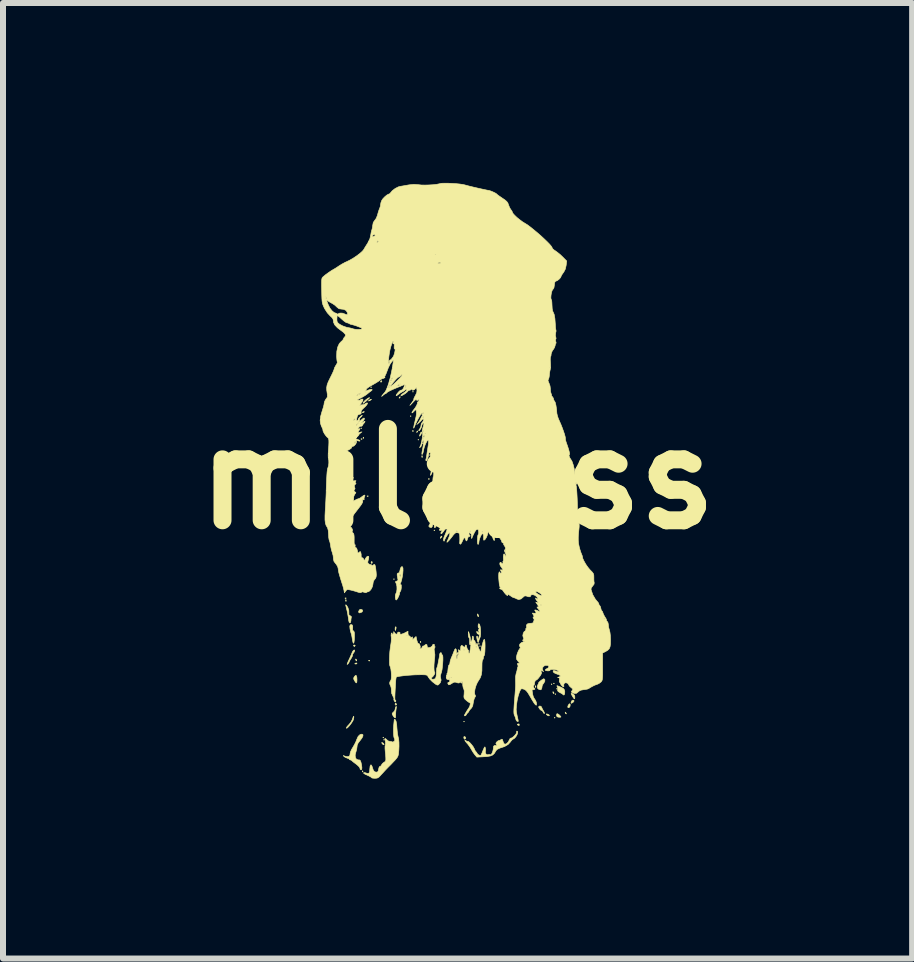
<source format=kicad_pcb>
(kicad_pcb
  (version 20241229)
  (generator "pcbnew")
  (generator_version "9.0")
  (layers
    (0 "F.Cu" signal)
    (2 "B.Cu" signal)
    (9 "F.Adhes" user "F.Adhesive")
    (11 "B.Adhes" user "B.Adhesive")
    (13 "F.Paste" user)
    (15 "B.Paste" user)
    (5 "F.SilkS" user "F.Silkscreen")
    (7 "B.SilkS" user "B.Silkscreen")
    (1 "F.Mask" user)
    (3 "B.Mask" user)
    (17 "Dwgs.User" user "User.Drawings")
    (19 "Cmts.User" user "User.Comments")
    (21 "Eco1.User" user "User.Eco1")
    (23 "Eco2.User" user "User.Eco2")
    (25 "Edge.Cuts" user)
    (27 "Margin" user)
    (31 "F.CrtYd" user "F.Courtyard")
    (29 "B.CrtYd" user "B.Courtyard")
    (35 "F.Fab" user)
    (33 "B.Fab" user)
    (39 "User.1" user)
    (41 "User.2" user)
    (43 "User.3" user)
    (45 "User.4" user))
  (footprint "mila_ss"
    (layer "F.Cu")
    (at 4.579 4.936)
    (property "Reference" "mila_ss" (at 0 0 0) (layer "F.SilkS") (effects (font (size 1.524 1.524) (thickness 0.3))))
    (attr through_hole)
    (fp_poly (pts (xy -1.6 -0.845) (xy -1.607 -0.838) (xy -1.613 -0.845) (xy -1.607 -0.851) (xy -1.6 -0.845)) (stroke (width 0.01) (type solid)) (fill yes) (layer "F.SilkS"))
    (fp_poly (pts (xy -1.435 -1.53) (xy -1.441 -1.524) (xy -1.448 -1.53) (xy -1.441 -1.537) (xy -1.435 -1.53)) (stroke (width 0.01) (type solid)) (fill yes) (layer "F.SilkS"))
    (fp_poly (pts (xy -1.232 4.312) (xy -1.238 4.318) (xy -1.245 4.312) (xy -1.238 4.305) (xy -1.232 4.312)) (stroke (width 0.01) (type solid)) (fill yes) (layer "F.SilkS"))
    (fp_poly (pts (xy -1.219 4.35) (xy -1.226 4.356) (xy -1.232 4.35) (xy -1.226 4.343) (xy -1.219 4.35)) (stroke (width 0.01) (type solid)) (fill yes) (layer "F.SilkS"))
    (fp_poly (pts (xy -1.054 1.67) (xy -1.06 1.676) (xy -1.067 1.67) (xy -1.06 1.664) (xy -1.054 1.67)) (stroke (width 0.01) (type solid)) (fill yes) (layer "F.SilkS"))
    (fp_poly (pts (xy -0.775 -1.048) (xy -0.781 -1.041) (xy -0.787 -1.048) (xy -0.781 -1.054) (xy -0.775 -1.048)) (stroke (width 0.01) (type solid)) (fill yes) (layer "F.SilkS"))
    (fp_poly (pts (xy -0.737 -1.454) (xy -0.743 -1.448) (xy -0.749 -1.454) (xy -0.743 -1.46) (xy -0.737 -1.454)) (stroke (width 0.01) (type solid)) (fill yes) (layer "F.SilkS"))
    (fp_poly (pts (xy -0.648 -0.654) (xy -0.654 -0.648) (xy -0.66 -0.654) (xy -0.654 -0.66) (xy -0.648 -0.654)) (stroke (width 0.01) (type solid)) (fill yes) (layer "F.SilkS"))
    (fp_poly (pts (xy -0.584 -1.073) (xy -0.591 -1.067) (xy -0.597 -1.073) (xy -0.591 -1.079) (xy -0.584 -1.073)) (stroke (width 0.01) (type solid)) (fill yes) (layer "F.SilkS"))
    (fp_poly (pts (xy -0.572 -0.591) (xy -0.578 -0.584) (xy -0.584 -0.591) (xy -0.578 -0.597) (xy -0.572 -0.591)) (stroke (width 0.01) (type solid)) (fill yes) (layer "F.SilkS"))
    (fp_poly (pts (xy -0.47 0.387) (xy -0.476 0.394) (xy -0.483 0.387) (xy -0.476 0.381) (xy -0.47 0.387)) (stroke (width 0.01) (type solid)) (fill yes) (layer "F.SilkS"))
    (fp_poly (pts (xy -0.419 0.171) (xy -0.425 0.178) (xy -0.432 0.171) (xy -0.425 0.165) (xy -0.419 0.171)) (stroke (width 0.01) (type solid)) (fill yes) (layer "F.SilkS"))
    (fp_poly (pts (xy -0.381 0.857) (xy -0.387 0.864) (xy -0.394 0.857) (xy -0.387 0.851) (xy -0.381 0.857)) (stroke (width 0.01) (type solid)) (fill yes) (layer "F.SilkS"))
    (fp_poly (pts (xy -0.165 3.245) (xy -0.171 3.251) (xy -0.178 3.245) (xy -0.171 3.239) (xy -0.165 3.245)) (stroke (width 0.01) (type solid)) (fill yes) (layer "F.SilkS"))
    (fp_poly (pts (xy 0.114 4.045) (xy 0.108 4.051) (xy 0.102 4.045) (xy 0.108 4.039) (xy 0.114 4.045)) (stroke (width 0.01) (type solid)) (fill yes) (layer "F.SilkS"))
    (fp_poly (pts (xy 0.381 2.788) (xy 0.375 2.794) (xy 0.368 2.788) (xy 0.375 2.781) (xy 0.381 2.788)) (stroke (width 0.01) (type solid)) (fill yes) (layer "F.SilkS"))
    (fp_poly (pts (xy 1.575 3.423) (xy 1.568 3.429) (xy 1.562 3.423) (xy 1.568 3.416) (xy 1.575 3.423)) (stroke (width 0.01) (type solid)) (fill yes) (layer "F.SilkS"))
    (fp_poly (pts (xy 1.613 3.41) (xy 1.607 3.416) (xy 1.6 3.41) (xy 1.607 3.404) (xy 1.613 3.41)) (stroke (width 0.01) (type solid)) (fill yes) (layer "F.SilkS"))
    (fp_poly (pts (xy 1.626 3.981) (xy 1.619 3.988) (xy 1.613 3.981) (xy 1.619 3.975) (xy 1.626 3.981)) (stroke (width 0.01) (type solid)) (fill yes) (layer "F.SilkS"))
    (fp_poly (pts (xy 1.638 3.588) (xy 1.632 3.594) (xy 1.626 3.588) (xy 1.632 3.581) (xy 1.638 3.588)) (stroke (width 0.01) (type solid)) (fill yes) (layer "F.SilkS"))
    (fp_poly (pts (xy 1.664 3.499) (xy 1.657 3.505) (xy 1.651 3.499) (xy 1.657 3.493) (xy 1.664 3.499)) (stroke (width 0.01) (type solid)) (fill yes) (layer "F.SilkS"))
    (fp_poly (pts (xy -1.858 1.985) (xy -1.86 1.993) (xy -1.867 1.994) (xy -1.877 1.989) (xy -1.875 1.985) (xy -1.86 1.984) (xy -1.858 1.985)) (stroke (width 0.01) (type solid)) (fill yes) (layer "F.SilkS"))
    (fp_poly (pts (xy -1.858 2.017) (xy -1.857 2.037) (xy -1.859 2.041) (xy -1.865 2.037) (xy -1.866 2.025) (xy -1.863 2.011) (xy -1.858 2.017)) (stroke (width 0.01) (type solid)) (fill yes) (layer "F.SilkS"))
    (fp_poly (pts (xy -1.846 -0.301) (xy -1.847 -0.293) (xy -1.854 -0.292) (xy -1.865 -0.297) (xy -1.863 -0.301) (xy -1.848 -0.302) (xy -1.846 -0.301)) (stroke (width 0.01) (type solid)) (fill yes) (layer "F.SilkS"))
    (fp_poly (pts (xy -1.592 -0.669) (xy -1.593 -0.661) (xy -1.6 -0.66) (xy -1.611 -0.665) (xy -1.609 -0.669) (xy -1.594 -0.67) (xy -1.592 -0.669)) (stroke (width 0.01) (type solid)) (fill yes) (layer "F.SilkS"))
    (fp_poly (pts (xy -1.579 4.868) (xy -1.578 4.883) (xy -1.579 4.885) (xy -1.587 4.884) (xy -1.587 4.877) (xy -1.583 4.866) (xy -1.579 4.868)) (stroke (width 0.01) (type solid)) (fill yes) (layer "F.SilkS"))
    (fp_poly (pts (xy -1.566 -0.694) (xy -1.565 -0.679) (xy -1.566 -0.677) (xy -1.574 -0.679) (xy -1.575 -0.686) (xy -1.57 -0.696) (xy -1.566 -0.694)) (stroke (width 0.01) (type solid)) (fill yes) (layer "F.SilkS"))
    (fp_poly (pts (xy -1.49 0.284) (xy -1.492 0.291) (xy -1.499 0.292) (xy -1.509 0.287) (xy -1.507 0.284) (xy -1.492 0.282) (xy -1.49 0.284)) (stroke (width 0.01) (type solid)) (fill yes) (layer "F.SilkS"))
    (fp_poly (pts (xy -1.465 3.027) (xy -1.466 3.034) (xy -1.473 3.035) (xy -1.484 3.031) (xy -1.482 3.027) (xy -1.467 3.025) (xy -1.465 3.027)) (stroke (width 0.01) (type solid)) (fill yes) (layer "F.SilkS"))
    (fp_poly (pts (xy -0.741 -0.809) (xy -0.739 -0.793) (xy -0.741 -0.792) (xy -0.748 -0.793) (xy -0.749 -0.8) (xy -0.745 -0.811) (xy -0.741 -0.809)) (stroke (width 0.01) (type solid)) (fill yes) (layer "F.SilkS"))
    (fp_poly (pts (xy -0.614 2.709) (xy -0.612 2.724) (xy -0.614 2.726) (xy -0.621 2.725) (xy -0.622 2.718) (xy -0.618 2.707) (xy -0.614 2.709)) (stroke (width 0.01) (type solid)) (fill yes) (layer "F.SilkS"))
    (fp_poly (pts (xy -0.588 -0.383) (xy -0.587 -0.364) (xy -0.589 -0.359) (xy -0.595 -0.363) (xy -0.596 -0.376) (xy -0.593 -0.389) (xy -0.588 -0.383)) (stroke (width 0.01) (type solid)) (fill yes) (layer "F.SilkS"))
    (fp_poly (pts (xy -0.474 -0.008) (xy -0.473 0.007) (xy -0.474 0.008) (xy -0.482 0.007) (xy -0.483 0) (xy -0.478 -0.01) (xy -0.474 -0.008)) (stroke (width 0.01) (type solid)) (fill yes) (layer "F.SilkS"))
    (fp_poly (pts (xy -0.449 -0.262) (xy -0.45 -0.255) (xy -0.457 -0.254) (xy -0.468 -0.259) (xy -0.466 -0.262) (xy -0.451 -0.264) (xy -0.449 -0.262)) (stroke (width 0.01) (type solid)) (fill yes) (layer "F.SilkS"))
    (fp_poly (pts (xy 0.364 2.747) (xy 0.362 2.755) (xy 0.356 2.756) (xy 0.345 2.751) (xy 0.347 2.747) (xy 0.362 2.746) (xy 0.364 2.747)) (stroke (width 0.01) (type solid)) (fill yes) (layer "F.SilkS"))
    (fp_poly (pts (xy 1.304 3.452) (xy 1.306 3.472) (xy 1.303 3.476) (xy 1.297 3.473) (xy 1.296 3.46) (xy 1.3 3.446) (xy 1.304 3.452)) (stroke (width 0.01) (type solid)) (fill yes) (layer "F.SilkS"))
    (fp_poly (pts (xy -1.689 3.006) (xy -1.685 3.016) (xy -1.681 3.034) (xy -1.69 3.03) (xy -1.696 3.022) (xy -1.7 3.005) (xy -1.698 3.002) (xy -1.689 3.006)) (stroke (width 0.01) (type solid)) (fill yes) (layer "F.SilkS"))
    (fp_poly (pts (xy -1.556 -1.117) (xy -1.569 -1.107) (xy -1.584 -1.105) (xy -1.587 -1.11) (xy -1.578 -1.118) (xy -1.568 -1.122) (xy -1.555 -1.123) (xy -1.556 -1.117)) (stroke (width 0.01) (type solid)) (fill yes) (layer "F.SilkS"))
    (fp_poly (pts (xy -1.424 1.381) (xy -1.422 1.39) (xy -1.427 1.408) (xy -1.438 1.403) (xy -1.441 1.398) (xy -1.439 1.382) (xy -1.435 1.378) (xy -1.424 1.381)) (stroke (width 0.01) (type solid)) (fill yes) (layer "F.SilkS"))
    (fp_poly (pts (xy -0.272 0.682) (xy -0.275 0.691) (xy -0.285 0.709) (xy -0.291 0.706) (xy -0.292 0.699) (xy -0.283 0.682) (xy -0.28 0.68) (xy -0.272 0.682)) (stroke (width 0.01) (type solid)) (fill yes) (layer "F.SilkS"))
    (fp_poly (pts (xy 0.13 4.303) (xy 0.138 4.32) (xy 0.13 4.333) (xy 0.116 4.34) (xy 0.107 4.326) (xy 0.104 4.302) (xy 0.114 4.294) (xy 0.13 4.303)) (stroke (width 0.01) (type solid)) (fill yes) (layer "F.SilkS"))
    (fp_poly (pts (xy 1.026 4.086) (xy 1.029 4.096) (xy 1.027 4.112) (xy 1.016 4.11) (xy 1.005 4.104) (xy 0.996 4.093) (xy 1.009 4.085) (xy 1.026 4.086)) (stroke (width 0.01) (type solid)) (fill yes) (layer "F.SilkS"))
    (fp_poly (pts (xy 1.6 3.553) (xy 1.605 3.562) (xy 1.608 3.58) (xy 1.599 3.576) (xy 1.593 3.568) (xy 1.589 3.551) (xy 1.591 3.548) (xy 1.6 3.553)) (stroke (width 0.01) (type solid)) (fill yes) (layer "F.SilkS"))
    (fp_poly (pts (xy 1.803 3.894) (xy 1.805 3.896) (xy 1.815 3.912) (xy 1.814 3.918) (xy 1.804 3.914) (xy 1.798 3.903) (xy 1.794 3.888) (xy 1.803 3.894)) (stroke (width 0.01) (type solid)) (fill yes) (layer "F.SilkS"))
    (fp_poly (pts (xy -1.707 2.775) (xy -1.708 2.781) (xy -1.719 2.793) (xy -1.721 2.794) (xy -1.731 2.785) (xy -1.734 2.781) (xy -1.731 2.771) (xy -1.721 2.769) (xy -1.707 2.775)) (stroke (width 0.01) (type solid)) (fill yes) (layer "F.SilkS"))
    (fp_poly (pts (xy -1.676 3.074) (xy -1.687 3.085) (xy -1.695 3.086) (xy -1.712 3.083) (xy -1.714 3.081) (xy -1.705 3.073) (xy -1.695 3.069) (xy -1.679 3.069) (xy -1.676 3.074)) (stroke (width 0.01) (type solid)) (fill yes) (layer "F.SilkS"))
    (fp_poly (pts (xy -1.435 -1.328) (xy -1.445 -1.318) (xy -1.46 -1.308) (xy -1.48 -1.3) (xy -1.486 -1.301) (xy -1.476 -1.311) (xy -1.46 -1.321) (xy -1.441 -1.329) (xy -1.435 -1.328)) (stroke (width 0.01) (type solid)) (fill yes) (layer "F.SilkS"))
    (fp_poly (pts (xy -1.262 -1.631) (xy -1.264 -1.626) (xy -1.275 -1.613) (xy -1.277 -1.613) (xy -1.283 -1.623) (xy -1.283 -1.626) (xy -1.273 -1.638) (xy -1.269 -1.638) (xy -1.262 -1.631)) (stroke (width 0.01) (type solid)) (fill yes) (layer "F.SilkS"))
    (fp_poly (pts (xy -1.242 4.403) (xy -1.232 4.413) (xy -1.224 4.429) (xy -1.229 4.432) (xy -1.247 4.424) (xy -1.257 4.413) (xy -1.265 4.398) (xy -1.26 4.394) (xy -1.242 4.403)) (stroke (width 0.01) (type solid)) (fill yes) (layer "F.SilkS"))
    (fp_poly (pts (xy -1.029 3.74) (xy -1.016 3.756) (xy -1.016 3.76) (xy -1.026 3.772) (xy -1.029 3.772) (xy -1.04 3.762) (xy -1.041 3.752) (xy -1.035 3.739) (xy -1.029 3.74)) (stroke (width 0.01) (type solid)) (fill yes) (layer "F.SilkS"))
    (fp_poly (pts (xy -1.024 2.474) (xy -1.026 2.496) (xy -1.032 2.519) (xy -1.037 2.527) (xy -1.04 2.516) (xy -1.041 2.496) (xy -1.038 2.472) (xy -1.03 2.464) (xy -1.024 2.474)) (stroke (width 0.01) (type solid)) (fill yes) (layer "F.SilkS"))
    (fp_poly (pts (xy -0.956 -1.363) (xy -0.959 -1.359) (xy -0.971 -1.347) (xy -0.973 -1.346) (xy -0.974 -1.354) (xy -0.972 -1.359) (xy -0.96 -1.371) (xy -0.957 -1.372) (xy -0.956 -1.363)) (stroke (width 0.01) (type solid)) (fill yes) (layer "F.SilkS"))
    (fp_poly (pts (xy -0.664 -0.792) (xy -0.667 -0.787) (xy -0.679 -0.775) (xy -0.681 -0.775) (xy -0.682 -0.783) (xy -0.679 -0.787) (xy -0.667 -0.8) (xy -0.665 -0.8) (xy -0.664 -0.792)) (stroke (width 0.01) (type solid)) (fill yes) (layer "F.SilkS"))
    (fp_poly (pts (xy -0.26 0.96) (xy -0.267 0.972) (xy -0.282 0.987) (xy -0.287 0.991) (xy -0.287 0.981) (xy -0.284 0.972) (xy -0.271 0.955) (xy -0.264 0.953) (xy -0.26 0.96)) (stroke (width 0.01) (type solid)) (fill yes) (layer "F.SilkS"))
    (fp_poly (pts (xy 0.342 2.26) (xy 0.344 2.265) (xy 0.353 2.286) (xy 0.349 2.296) (xy 0.339 2.29) (xy 0.331 2.271) (xy 0.331 2.262) (xy 0.333 2.25) (xy 0.342 2.26)) (stroke (width 0.01) (type solid)) (fill yes) (layer "F.SilkS"))
    (fp_poly (pts (xy -1.592 2.179) (xy -1.582 2.196) (xy -1.59 2.216) (xy -1.6 2.222) (xy -1.632 2.234) (xy -1.647 2.227) (xy -1.649 2.207) (xy -1.634 2.181) (xy -1.618 2.174) (xy -1.592 2.179)) (stroke (width 0.01) (type solid)) (fill yes) (layer "F.SilkS"))
    (fp_poly (pts (xy -0.597 -0.774) (xy -0.605 -0.75) (xy -0.618 -0.73) (xy -0.632 -0.713) (xy -0.634 -0.718) (xy -0.629 -0.737) (xy -0.618 -0.765) (xy -0.607 -0.782) (xy -0.599 -0.783) (xy -0.597 -0.774)) (stroke (width 0.01) (type solid)) (fill yes) (layer "F.SilkS"))
    (fp_poly (pts (xy -0.44 0.112) (xy -0.439 0.112) (xy -0.441 0.13) (xy -0.451 0.147) (xy -0.465 0.164) (xy -0.469 0.158) (xy -0.469 0.144) (xy -0.465 0.118) (xy -0.453 0.106) (xy -0.44 0.112)) (stroke (width 0.01) (type solid)) (fill yes) (layer "F.SilkS"))
    (fp_poly (pts (xy 1.492 3.919) (xy 1.498 3.92) (xy 1.522 3.931) (xy 1.532 3.942) (xy 1.526 3.949) (xy 1.52 3.95) (xy 1.497 3.941) (xy 1.487 3.932) (xy 1.479 3.919) (xy 1.492 3.919)) (stroke (width 0.01) (type solid)) (fill yes) (layer "F.SilkS"))
    (fp_poly (pts (xy 1.94 3.692) (xy 1.941 3.707) (xy 1.925 3.726) (xy 1.917 3.731) (xy 1.898 3.741) (xy 1.893 3.733) (xy 1.894 3.72) (xy 1.907 3.696) (xy 1.921 3.688) (xy 1.94 3.692)) (stroke (width 0.01) (type solid)) (fill yes) (layer "F.SilkS"))
    (fp_poly (pts (xy 1.879 3.765) (xy 1.879 3.769) (xy 1.873 3.799) (xy 1.856 3.814) (xy 1.845 3.814) (xy 1.837 3.803) (xy 1.843 3.78) (xy 1.844 3.777) (xy 1.86 3.753) (xy 1.873 3.748) (xy 1.879 3.765)) (stroke (width 0.01) (type solid)) (fill yes) (layer "F.SilkS"))
    (fp_poly (pts (xy 1.924 3.584) (xy 1.949 3.605) (xy 1.956 3.634) (xy 1.954 3.661) (xy 1.948 3.667) (xy 1.934 3.652) (xy 1.919 3.628) (xy 1.899 3.593) (xy 1.894 3.577) (xy 1.905 3.576) (xy 1.924 3.584)) (stroke (width 0.01) (type solid)) (fill yes) (layer "F.SilkS"))
    (fp_poly (pts (xy -1.687 3.28) (xy -1.679 3.309) (xy -1.677 3.35) (xy -1.679 3.388) (xy -1.687 3.401) (xy -1.701 3.39) (xy -1.717 3.365) (xy -1.731 3.337) (xy -1.731 3.317) (xy -1.719 3.294) (xy -1.7 3.275) (xy -1.687 3.28)) (stroke (width 0.01) (type solid)) (fill yes) (layer "F.SilkS"))
    (fp_poly (pts (xy 1.695 3.933) (xy 1.699 3.937) (xy 1.722 3.961) (xy 1.723 3.971) (xy 1.702 3.973) (xy 1.689 3.973) (xy 1.661 3.966) (xy 1.652 3.95) (xy 1.651 3.941) (xy 1.655 3.917) (xy 1.669 3.915) (xy 1.695 3.933)) (stroke (width 0.01) (type solid)) (fill yes) (layer "F.SilkS"))
    (fp_poly (pts (xy -1.466 -1.356) (xy -1.472 -1.346) (xy -1.494 -1.325) (xy -1.525 -1.297) (xy -1.558 -1.27) (xy -1.574 -1.26) (xy -1.577 -1.265) (xy -1.574 -1.272) (xy -1.559 -1.292) (xy -1.534 -1.316) (xy -1.505 -1.338) (xy -1.48 -1.353) (xy -1.466 -1.356) (xy -1.466 -1.356)) (stroke (width 0.01) (type solid)) (fill yes) (layer "F.SilkS"))
    (fp_poly (pts (xy -1.729 3.97) (xy -1.734 4.005) (xy -1.743 4.029) (xy -1.762 4.06) (xy -1.785 4.093) (xy -1.81 4.123) (xy -1.832 4.146) (xy -1.848 4.158) (xy -1.854 4.153) (xy -1.846 4.135) (xy -1.824 4.109) (xy -1.811 4.096) (xy -1.78 4.058) (xy -1.756 4.014) (xy -1.752 4.002) (xy -1.739 3.967) (xy -1.731 3.956) (xy -1.729 3.97)) (stroke (width 0.01) (type solid)) (fill yes) (layer "F.SilkS"))
    (fp_poly (pts (xy 1.392 3.792) (xy 1.402 3.807) (xy 1.413 3.832) (xy 1.432 3.866) (xy 1.435 3.87) (xy 1.448 3.896) (xy 1.449 3.911) (xy 1.446 3.912) (xy 1.433 3.901) (xy 1.426 3.886) (xy 1.414 3.866) (xy 1.403 3.861) (xy 1.384 3.852) (xy 1.365 3.83) (xy 1.353 3.807) (xy 1.354 3.795) (xy 1.372 3.785) (xy 1.392 3.792)) (stroke (width 0.01) (type solid)) (fill yes) (layer "F.SilkS"))
    (fp_poly (pts (xy -1.02 3.809) (xy -1.024 3.835) (xy -1.03 3.883) (xy -1.032 3.931) (xy -1.032 3.94) (xy -1.033 3.975) (xy -1.041 3.985) (xy -1.058 3.972) (xy -1.07 3.956) (xy -1.088 3.927) (xy -1.089 3.907) (xy -1.071 3.889) (xy -1.067 3.886) (xy -1.047 3.862) (xy -1.041 3.842) (xy -1.035 3.811) (xy -1.028 3.797) (xy -1.021 3.792) (xy -1.02 3.809)) (stroke (width 0.01) (type solid)) (fill yes) (layer "F.SilkS"))
    (fp_poly (pts (xy 1.682 3.454) (xy 1.734 3.476) (xy 1.766 3.495) (xy 1.782 3.517) (xy 1.788 3.544) (xy 1.788 3.548) (xy 1.786 3.582) (xy 1.777 3.601) (xy 1.765 3.602) (xy 1.76 3.596) (xy 1.745 3.583) (xy 1.716 3.567) (xy 1.708 3.563) (xy 1.678 3.545) (xy 1.668 3.528) (xy 1.67 3.518) (xy 1.671 3.487) (xy 1.664 3.468) (xy 1.656 3.45) (xy 1.665 3.448) (xy 1.682 3.454)) (stroke (width 0.01) (type solid)) (fill yes) (layer "F.SilkS"))
    (fp_poly (pts (xy -1.851 2.108) (xy -1.828 2.145) (xy -1.813 2.193) (xy -1.812 2.237) (xy -1.812 2.238) (xy -1.812 2.265) (xy -1.794 2.279) (xy -1.791 2.28) (xy -1.771 2.294) (xy -1.771 2.307) (xy -1.776 2.334) (xy -1.778 2.363) (xy -1.783 2.39) (xy -1.794 2.401) (xy -1.806 2.392) (xy -1.809 2.384) (xy -1.814 2.363) (xy -1.819 2.327) (xy -1.821 2.311) (xy -1.838 2.216) (xy -1.861 2.121) (xy -1.866 2.1) (xy -1.86 2.1) (xy -1.851 2.108)) (stroke (width 0.01) (type solid)) (fill yes) (layer "F.SilkS"))
    (fp_poly (pts (xy 1.456 3.347) (xy 1.455 3.374) (xy 1.438 3.404) (xy 1.436 3.406) (xy 1.417 3.433) (xy 1.41 3.456) (xy 1.406 3.485) (xy 1.396 3.509) (xy 1.386 3.516) (xy 1.368 3.512) (xy 1.357 3.509) (xy 1.336 3.493) (xy 1.328 3.464) (xy 1.337 3.434) (xy 1.342 3.426) (xy 1.354 3.409) (xy 1.351 3.404) (xy 1.353 3.396) (xy 1.37 3.378) (xy 1.384 3.366) (xy 1.413 3.344) (xy 1.436 3.332) (xy 1.441 3.332) (xy 1.456 3.347)) (stroke (width 0.01) (type solid)) (fill yes) (layer "F.SilkS"))
    (fp_poly (pts (xy -1.714 2.861) (xy -1.723 2.886) (xy -1.734 2.901) (xy -1.749 2.923) (xy -1.75 2.937) (xy -1.755 2.957) (xy -1.77 2.986) (xy -1.775 2.993) (xy -1.793 3.021) (xy -1.803 3.041) (xy -1.804 3.044) (xy -1.81 3.059) (xy -1.822 3.078) (xy -1.835 3.091) (xy -1.841 3.092) (xy -1.841 3.091) (xy -1.836 3.073) (xy -1.823 3.041) (xy -1.805 3.003) (xy -1.785 2.959) (xy -1.768 2.921) (xy -1.76 2.9) (xy -1.748 2.874) (xy -1.733 2.856) (xy -1.72 2.851) (xy -1.714 2.861)) (stroke (width 0.01) (type solid)) (fill yes) (layer "F.SilkS"))
    (fp_poly (pts (xy -1.76 2.431) (xy -1.748 2.452) (xy -1.748 2.487) (xy -1.749 2.492) (xy -1.749 2.522) (xy -1.736 2.534) (xy -1.726 2.544) (xy -1.72 2.565) (xy -1.719 2.604) (xy -1.719 2.636) (xy -1.722 2.692) (xy -1.727 2.727) (xy -1.734 2.74) (xy -1.742 2.729) (xy -1.744 2.722) (xy -1.75 2.695) (xy -1.757 2.656) (xy -1.759 2.642) (xy -1.766 2.603) (xy -1.775 2.572) (xy -1.777 2.566) (xy -1.785 2.541) (xy -1.792 2.504) (xy -1.794 2.492) (xy -1.797 2.454) (xy -1.79 2.435) (xy -1.782 2.429) (xy -1.76 2.431)) (stroke (width 0.01) (type solid)) (fill yes) (layer "F.SilkS"))
    (fp_poly (pts (xy 0.366 2.425) (xy 0.376 2.455) (xy 0.382 2.497) (xy 0.385 2.545) (xy 0.385 2.591) (xy 0.38 2.63) (xy 0.373 2.648) (xy 0.359 2.683) (xy 0.353 2.708) (xy 0.347 2.725) (xy 0.341 2.724) (xy 0.333 2.704) (xy 0.325 2.671) (xy 0.323 2.662) (xy 0.319 2.631) (xy 0.323 2.62) (xy 0.329 2.622) (xy 0.339 2.64) (xy 0.338 2.649) (xy 0.338 2.665) (xy 0.343 2.667) (xy 0.354 2.657) (xy 0.356 2.649) (xy 0.36 2.621) (xy 0.363 2.611) (xy 0.362 2.594) (xy 0.352 2.591) (xy 0.331 2.58) (xy 0.325 2.571) (xy 0.318 2.546) (xy 0.324 2.542) (xy 0.333 2.55) (xy 0.351 2.563) (xy 0.363 2.563) (xy 0.359 2.551) (xy 0.356 2.547) (xy 0.348 2.526) (xy 0.356 2.501) (xy 0.364 2.482) (xy 0.357 2.482) (xy 0.346 2.478) (xy 0.343 2.452) (xy 0.346 2.425) (xy 0.354 2.413) (xy 0.355 2.413) (xy 0.366 2.425)) (stroke (width 0.01) (type solid)) (fill yes) (layer "F.SilkS"))
    (fp_poly (pts (xy -1.578 4.263) (xy -1.577 4.285) (xy -1.593 4.319) (xy -1.625 4.362) (xy -1.626 4.362) (xy -1.658 4.405) (xy -1.673 4.439) (xy -1.676 4.465) (xy -1.682 4.508) (xy -1.694 4.552) (xy -1.695 4.554) (xy -1.707 4.602) (xy -1.704 4.643) (xy -1.686 4.673) (xy -1.656 4.685) (xy -1.638 4.684) (xy -1.624 4.692) (xy -1.611 4.721) (xy -1.601 4.765) (xy -1.595 4.81) (xy -1.597 4.842) (xy -1.609 4.851) (xy -1.623 4.841) (xy -1.626 4.827) (xy -1.636 4.805) (xy -1.665 4.776) (xy -1.692 4.754) (xy -1.727 4.728) (xy -1.753 4.707) (xy -1.763 4.696) (xy -1.778 4.687) (xy -1.785 4.686) (xy -1.802 4.68) (xy -1.803 4.675) (xy -1.814 4.664) (xy -1.841 4.655) (xy -1.841 4.655) (xy -1.873 4.642) (xy -1.895 4.626) (xy -1.905 4.612) (xy -1.898 4.613) (xy -1.894 4.616) (xy -1.863 4.627) (xy -1.829 4.63) (xy -1.805 4.623) (xy -1.801 4.619) (xy -1.793 4.595) (xy -1.791 4.575) (xy -1.784 4.549) (xy -1.767 4.511) (xy -1.744 4.473) (xy -1.717 4.426) (xy -1.693 4.377) (xy -1.681 4.345) (xy -1.657 4.292) (xy -1.625 4.262) (xy -1.597 4.255) (xy -1.578 4.263)) (stroke (width 0.01) (type solid)) (fill yes) (layer "F.SilkS"))
    (fp_poly (pts (xy -0.917 1.466) (xy -0.91 1.487) (xy -0.909 1.526) (xy -0.913 1.577) (xy -0.921 1.631) (xy -0.932 1.683) (xy -0.945 1.726) (xy -0.958 1.752) (xy -0.965 1.764) (xy -0.956 1.761) (xy -0.942 1.761) (xy -0.938 1.774) (xy -0.938 1.818) (xy -0.944 1.855) (xy -0.953 1.873) (xy -0.965 1.895) (xy -0.965 1.901) (xy -0.97 1.926) (xy -0.983 1.959) (xy -0.999 1.991) (xy -1.015 2.014) (xy -1.023 2.019) (xy -1.032 2.008) (xy -1.037 1.98) (xy -1.038 1.972) (xy -1.036 1.937) (xy -1.029 1.912) (xy -1.027 1.91) (xy -1.015 1.881) (xy -1.01 1.838) (xy -1.011 1.792) (xy -1.019 1.752) (xy -1.023 1.744) (xy -1.034 1.719) (xy -1.031 1.708) (xy -1.015 1.704) (xy -0.997 1.697) (xy -0.993 1.681) (xy -0.997 1.659) (xy -1.006 1.611) (xy -1.006 1.607) (xy -0.965 1.607) (xy -0.959 1.623) (xy -0.953 1.626) (xy -0.946 1.616) (xy -0.948 1.607) (xy -0.957 1.59) (xy -0.96 1.587) (xy -0.965 1.598) (xy -0.965 1.607) (xy -1.006 1.607) (xy -1.006 1.583) (xy -0.997 1.571) (xy -0.989 1.57) (xy -0.972 1.562) (xy -0.962 1.533) (xy -0.96 1.523) (xy -0.95 1.485) (xy -0.935 1.464) (xy -0.92 1.464) (xy -0.917 1.466)) (stroke (width 0.01) (type solid)) (fill yes) (layer "F.SilkS"))
    (fp_poly (pts (xy -1.035 4.017) (xy -1.024 4.043) (xy -1.015 4.092) (xy -1.011 4.149) (xy -1.006 4.205) (xy -1 4.255) (xy -0.993 4.291) (xy -0.991 4.299) (xy -0.982 4.336) (xy -0.977 4.391) (xy -0.976 4.456) (xy -0.979 4.523) (xy -0.984 4.578) (xy -0.989 4.606) (xy -0.998 4.63) (xy -1.013 4.654) (xy -1.038 4.684) (xy -1.076 4.724) (xy -1.109 4.759) (xy -1.159 4.809) (xy -1.207 4.859) (xy -1.247 4.903) (xy -1.275 4.933) (xy -1.305 4.966) (xy -1.329 4.984) (xy -1.355 4.99) (xy -1.38 4.991) (xy -1.413 4.989) (xy -1.433 4.983) (xy -1.435 4.98) (xy -1.446 4.97) (xy -1.474 4.954) (xy -1.505 4.94) (xy -1.541 4.924) (xy -1.563 4.909) (xy -1.568 4.901) (xy -1.552 4.896) (xy -1.539 4.899) (xy -1.508 4.908) (xy -1.492 4.909) (xy -1.478 4.905) (xy -1.469 4.892) (xy -1.465 4.862) (xy -1.463 4.835) (xy -1.458 4.79) (xy -1.448 4.768) (xy -1.437 4.77) (xy -1.424 4.796) (xy -1.419 4.814) (xy -1.403 4.859) (xy -1.382 4.883) (xy -1.353 4.889) (xy -1.333 4.885) (xy -1.322 4.867) (xy -1.316 4.838) (xy -1.308 4.808) (xy -1.298 4.794) (xy -1.295 4.794) (xy -1.282 4.79) (xy -1.271 4.773) (xy -1.252 4.745) (xy -1.227 4.725) (xy -1.211 4.715) (xy -1.201 4.703) (xy -1.196 4.684) (xy -1.196 4.653) (xy -1.199 4.606) (xy -1.205 4.547) (xy -1.209 4.498) (xy -1.209 4.459) (xy -1.205 4.438) (xy -1.204 4.437) (xy -1.2 4.415) (xy -1.203 4.379) (xy -1.205 4.37) (xy -1.211 4.338) (xy -1.21 4.326) (xy -1.201 4.33) (xy -1.196 4.333) (xy -1.175 4.352) (xy -1.167 4.361) (xy -1.149 4.371) (xy -1.126 4.376) (xy -1.096 4.381) (xy -1.08 4.387) (xy -1.068 4.387) (xy -1.067 4.381) (xy -1.06 4.372) (xy -1.056 4.374) (xy -1.049 4.369) (xy -1.047 4.351) (xy -1.05 4.33) (xy -1.057 4.318) (xy -1.062 4.301) (xy -1.066 4.266) (xy -1.068 4.218) (xy -1.068 4.163) (xy -1.065 4.109) (xy -1.063 4.089) (xy -1.059 4.049) (xy -1.056 4.019) (xy -1.055 4.009) (xy -1.047 4.008) (xy -1.035 4.017)) (stroke (width 0.01) (type solid)) (fill yes) (layer "F.SilkS"))
    (fp_poly (pts (xy 1.003 4.213) (xy 1.003 4.235) (xy 0.992 4.265) (xy 0.974 4.296) (xy 0.952 4.322) (xy 0.93 4.336) (xy 0.909 4.351) (xy 0.885 4.379) (xy 0.879 4.388) (xy 0.842 4.428) (xy 0.784 4.462) (xy 0.705 4.488) (xy 0.659 4.51) (xy 0.639 4.534) (xy 0.615 4.575) (xy 0.587 4.602) (xy 0.547 4.619) (xy 0.492 4.629) (xy 0.44 4.632) (xy 0.322 4.638) (xy 0.287 4.597) (xy 0.259 4.558) (xy 0.232 4.513) (xy 0.227 4.504) (xy 0.201 4.462) (xy 0.168 4.418) (xy 0.155 4.404) (xy 0.132 4.377) (xy 0.122 4.36) (xy 0.124 4.356) (xy 0.143 4.365) (xy 0.146 4.369) (xy 0.162 4.376) (xy 0.166 4.374) (xy 0.182 4.378) (xy 0.206 4.398) (xy 0.233 4.428) (xy 0.259 4.462) (xy 0.278 4.496) (xy 0.282 4.505) (xy 0.295 4.533) (xy 0.305 4.546) (xy 0.306 4.547) (xy 0.317 4.557) (xy 0.324 4.571) (xy 0.338 4.591) (xy 0.362 4.606) (xy 0.384 4.609) (xy 0.389 4.606) (xy 0.397 4.592) (xy 0.411 4.561) (xy 0.425 4.526) (xy 0.442 4.487) (xy 0.452 4.469) (xy 0.458 4.469) (xy 0.463 4.485) (xy 0.464 4.487) (xy 0.468 4.52) (xy 0.465 4.541) (xy 0.464 4.567) (xy 0.477 4.589) (xy 0.496 4.6) (xy 0.508 4.597) (xy 0.533 4.594) (xy 0.541 4.599) (xy 0.556 4.598) (xy 0.572 4.579) (xy 0.586 4.547) (xy 0.595 4.51) (xy 0.597 4.487) (xy 0.601 4.456) (xy 0.618 4.444) (xy 0.647 4.445) (xy 0.659 4.444) (xy 0.652 4.431) (xy 0.648 4.427) (xy 0.639 4.409) (xy 0.647 4.392) (xy 0.658 4.381) (xy 0.678 4.365) (xy 0.686 4.363) (xy 0.686 4.363) (xy 0.695 4.363) (xy 0.716 4.352) (xy 0.738 4.339) (xy 0.749 4.345) (xy 0.755 4.366) (xy 0.766 4.397) (xy 0.777 4.416) (xy 0.796 4.423) (xy 0.821 4.411) (xy 0.845 4.386) (xy 0.862 4.354) (xy 0.874 4.33) (xy 0.885 4.322) (xy 0.886 4.322) (xy 0.902 4.319) (xy 0.927 4.302) (xy 0.953 4.277) (xy 0.975 4.25) (xy 0.986 4.229) (xy 0.986 4.223) (xy 0.986 4.206) (xy 0.991 4.204) (xy 1.003 4.213)) (stroke (width 0.01) (type solid)) (fill yes) (layer "F.SilkS"))
    (fp_poly (pts (xy -0.826 2.578) (xy -0.82 2.608) (xy -0.806 2.616) (xy -0.79 2.626) (xy -0.787 2.637) (xy -0.784 2.65) (xy -0.77 2.643) (xy -0.768 2.642) (xy -0.754 2.633) (xy -0.749 2.647) (xy -0.749 2.653) (xy -0.749 2.681) (xy -0.721 2.654) (xy -0.692 2.627) (xy -0.679 2.688) (xy -0.669 2.722) (xy -0.66 2.741) (xy -0.656 2.743) (xy -0.642 2.746) (xy -0.63 2.765) (xy -0.622 2.79) (xy -0.622 2.812) (xy -0.625 2.816) (xy -0.63 2.829) (xy -0.618 2.832) (xy -0.599 2.821) (xy -0.59 2.806) (xy -0.581 2.788) (xy -0.575 2.786) (xy -0.562 2.784) (xy -0.55 2.774) (xy -0.526 2.758) (xy -0.511 2.763) (xy -0.508 2.781) (xy -0.503 2.805) (xy -0.496 2.812) (xy -0.474 2.814) (xy -0.447 2.804) (xy -0.425 2.788) (xy -0.419 2.775) (xy -0.409 2.758) (xy -0.399 2.756) (xy -0.384 2.764) (xy -0.386 2.775) (xy -0.385 2.791) (xy -0.379 2.794) (xy -0.373 2.801) (xy -0.381 2.813) (xy -0.39 2.836) (xy -0.387 2.871) (xy -0.384 2.881) (xy -0.378 2.93) (xy -0.381 2.985) (xy -0.382 2.992) (xy -0.388 3.043) (xy -0.392 3.098) (xy -0.393 3.149) (xy -0.391 3.191) (xy -0.386 3.218) (xy -0.38 3.226) (xy -0.377 3.235) (xy -0.386 3.258) (xy -0.389 3.264) (xy -0.407 3.289) (xy -0.419 3.302) (xy -0.42 3.302) (xy -0.432 3.312) (xy -0.436 3.321) (xy -0.435 3.335) (xy -0.414 3.34) (xy -0.407 3.34) (xy -0.381 3.335) (xy -0.365 3.319) (xy -0.356 3.286) (xy -0.352 3.233) (xy -0.352 3.221) (xy -0.35 3.181) (xy -0.346 3.152) (xy -0.342 3.143) (xy -0.335 3.124) (xy -0.327 3.089) (xy -0.324 3.073) (xy -0.317 3.032) (xy -0.31 2.999) (xy -0.308 2.991) (xy -0.302 2.958) (xy -0.3 2.931) (xy -0.293 2.907) (xy -0.281 2.896) (xy -0.27 2.9) (xy -0.267 2.915) (xy -0.259 2.932) (xy -0.253 2.934) (xy -0.247 2.945) (xy -0.244 2.976) (xy -0.244 3.021) (xy -0.247 3.073) (xy -0.252 3.127) (xy -0.258 3.177) (xy -0.266 3.217) (xy -0.274 3.24) (xy -0.286 3.282) (xy -0.284 3.306) (xy -0.274 3.354) (xy -0.285 3.393) (xy -0.301 3.414) (xy -0.322 3.434) (xy -0.339 3.437) (xy -0.363 3.424) (xy -0.365 3.423) (xy -0.42 3.381) (xy -0.465 3.335) (xy -0.49 3.299) (xy -0.499 3.283) (xy -0.51 3.273) (xy -0.527 3.268) (xy -0.556 3.265) (xy -0.602 3.264) (xy -0.645 3.265) (xy -0.707 3.266) (xy -0.774 3.27) (xy -0.843 3.275) (xy -0.907 3.282) (xy -0.961 3.289) (xy -1.001 3.296) (xy -1.021 3.303) (xy -1.022 3.303) (xy -1.025 3.318) (xy -1.03 3.353) (xy -1.033 3.402) (xy -1.035 3.437) (xy -1.039 3.5) (xy -1.042 3.561) (xy -1.044 3.612) (xy -1.045 3.628) (xy -1.045 3.664) (xy -1.042 3.685) (xy -1.039 3.688) (xy -1.03 3.692) (xy -1.029 3.701) (xy -1.032 3.719) (xy -1.043 3.715) (xy -1.054 3.703) (xy -1.063 3.681) (xy -1.061 3.671) (xy -1.062 3.652) (xy -1.076 3.625) (xy -1.078 3.621) (xy -1.099 3.574) (xy -1.103 3.526) (xy -1.106 3.485) (xy -1.115 3.453) (xy -1.119 3.446) (xy -1.131 3.418) (xy -1.13 3.387) (xy -1.117 3.365) (xy -1.116 3.364) (xy -1.108 3.347) (xy -1.103 3.311) (xy -1.103 3.265) (xy -1.106 3.215) (xy -1.112 3.169) (xy -1.121 3.133) (xy -1.127 3.12) (xy -1.133 3.099) (xy -1.135 3.059) (xy -1.135 3.006) (xy -1.133 2.945) (xy -1.129 2.881) (xy -1.122 2.822) (xy -1.115 2.773) (xy -1.114 2.769) (xy -1.106 2.715) (xy -1.103 2.665) (xy -1.105 2.64) (xy -1.108 2.61) (xy -0.851 2.61) (xy -0.845 2.616) (xy -0.838 2.61) (xy -0.845 2.603) (xy -0.851 2.61) (xy -1.108 2.61) (xy -1.108 2.605) (xy -1.105 2.579) (xy -1.103 2.576) (xy -1.094 2.566) (xy -1.092 2.575) (xy -1.087 2.59) (xy -1.076 2.588) (xy -1.067 2.571) (xy -1.066 2.562) (xy -1.063 2.545) (xy -1.058 2.553) (xy -1.042 2.577) (xy -1.023 2.588) (xy -1.008 2.586) (xy -1.003 2.572) (xy -0.993 2.556) (xy -0.978 2.553) (xy -0.96 2.559) (xy -0.961 2.572) (xy -0.959 2.587) (xy -0.939 2.589) (xy -0.903 2.578) (xy -0.876 2.565) (xy -0.826 2.539) (xy -0.826 2.578)) (stroke (width 0.01) (type solid)) (fill yes) (layer "F.SilkS"))
    (fp_poly (pts (xy 0.188 2.558) (xy 0.192 2.572) (xy 0.205 2.615) (xy 0.212 2.646) (xy 0.215 2.676) (xy 0.215 2.685) (xy 0.219 2.709) (xy 0.227 2.712) (xy 0.236 2.698) (xy 0.243 2.671) (xy 0.245 2.649) (xy 0.249 2.624) (xy 0.257 2.62) (xy 0.264 2.635) (xy 0.267 2.664) (xy 0.271 2.686) (xy 0.278 2.692) (xy 0.289 2.703) (xy 0.298 2.73) (xy 0.299 2.734) (xy 0.306 2.759) (xy 0.312 2.762) (xy 0.317 2.75) (xy 0.324 2.74) (xy 0.331 2.75) (xy 0.34 2.782) (xy 0.34 2.782) (xy 0.353 2.823) (xy 0.368 2.856) (xy 0.373 2.864) (xy 0.392 2.889) (xy 0.392 2.864) (xy 0.395 2.829) (xy 0.398 2.813) (xy 0.406 2.786) (xy 0.417 2.746) (xy 0.423 2.725) (xy 0.435 2.687) (xy 0.445 2.675) (xy 0.45 2.678) (xy 0.455 2.698) (xy 0.458 2.735) (xy 0.459 2.783) (xy 0.458 2.833) (xy 0.456 2.881) (xy 0.452 2.919) (xy 0.447 2.941) (xy 0.445 2.944) (xy 0.435 2.959) (xy 0.432 2.978) (xy 0.427 3.005) (xy 0.418 3.017) (xy 0.412 3.033) (xy 0.408 3.069) (xy 0.407 3.116) (xy 0.406 3.2) (xy 0.397 3.265) (xy 0.379 3.316) (xy 0.356 3.353) (xy 0.33 3.395) (xy 0.308 3.446) (xy 0.292 3.5) (xy 0.284 3.549) (xy 0.286 3.586) (xy 0.292 3.601) (xy 0.301 3.62) (xy 0.29 3.641) (xy 0.289 3.642) (xy 0.277 3.667) (xy 0.267 3.706) (xy 0.262 3.733) (xy 0.253 3.782) (xy 0.237 3.814) (xy 0.223 3.83) (xy 0.201 3.853) (xy 0.191 3.87) (xy 0.191 3.871) (xy 0.181 3.889) (xy 0.174 3.895) (xy 0.155 3.915) (xy 0.149 3.927) (xy 0.137 3.944) (xy 0.122 3.951) (xy 0.114 3.945) (xy 0.114 3.944) (xy 0.12 3.929) (xy 0.136 3.901) (xy 0.155 3.868) (xy 0.174 3.839) (xy 0.185 3.823) (xy 0.2 3.799) (xy 0.209 3.77) (xy 0.213 3.745) (xy 0.207 3.734) (xy 0.207 3.734) (xy 0.191 3.726) (xy 0.164 3.707) (xy 0.148 3.694) (xy 0.121 3.67) (xy 0.109 3.65) (xy 0.106 3.624) (xy 0.11 3.586) (xy 0.112 3.533) (xy 0.104 3.502) (xy 0.103 3.5) (xy 0.093 3.476) (xy 0.087 3.44) (xy 0.087 3.43) (xy 0.084 3.398) (xy 0.077 3.38) (xy 0.074 3.378) (xy 0.068 3.386) (xy 0.07 3.391) (xy 0.069 3.403) (xy 0.064 3.404) (xy 0.052 3.394) (xy 0.051 3.388) (xy 0.046 3.381) (xy 0.038 3.391) (xy 0.026 3.402) (xy 0.004 3.401) (xy -0.013 3.395) (xy -0.041 3.387) (xy -0.064 3.391) (xy -0.095 3.409) (xy -0.098 3.411) (xy -0.129 3.43) (xy -0.147 3.432) (xy -0.154 3.426) (xy -0.164 3.402) (xy -0.153 3.391) (xy -0.146 3.391) (xy -0.13 3.38) (xy -0.127 3.368) (xy -0.136 3.349) (xy -0.156 3.345) (xy -0.177 3.34) (xy -0.187 3.318) (xy -0.188 3.315) (xy -0.14 3.315) (xy -0.135 3.325) (xy -0.131 3.323) (xy -0.13 3.308) (xy -0.114 3.308) (xy -0.108 3.315) (xy -0.102 3.308) (xy -0.108 3.302) (xy -0.114 3.308) (xy -0.13 3.308) (xy -0.13 3.308) (xy -0.131 3.306) (xy -0.139 3.308) (xy -0.14 3.315) (xy -0.188 3.315) (xy -0.188 3.31) (xy -0.187 3.28) (xy -0.178 3.264) (xy -0.169 3.247) (xy -0.163 3.213) (xy -0.16 3.181) (xy -0.155 3.139) (xy -0.148 3.11) (xy -0.142 3.102) (xy -0.13 3.087) (xy -0.127 3.066) (xy -0.122 3.035) (xy -0.109 2.996) (xy -0.103 2.981) (xy -0.083 2.935) (xy -0.065 2.889) (xy -0.062 2.88) (xy -0.046 2.843) (xy -0.033 2.83) (xy -0.023 2.84) (xy -0.018 2.873) (xy -0.019 2.921) (xy -0.02 2.972) (xy -0.017 2.999) (xy -0.011 3.003) (xy -0.004 2.986) (xy -0.005 2.976) (xy -0.003 2.953) (xy 0.007 2.938) (xy 0.02 2.919) (xy 0.019 2.91) (xy 0.007 2.913) (xy -0.000497 2.921) (xy -0.01 2.933) (xy -0.012 2.92) (xy -0.013 2.918) (xy -0.003 2.899) (xy 0.007 2.896) (xy 0.021 2.889) (xy 0.018 2.867) (xy 0.013 2.848) (xy 0.021 2.849) (xy 0.03 2.856) (xy 0.044 2.865) (xy 0.05 2.857) (xy 0.05 2.851) (xy 0.102 2.851) (xy 0.108 2.857) (xy 0.114 2.851) (xy 0.108 2.845) (xy 0.102 2.851) (xy 0.05 2.851) (xy 0.051 2.828) (xy 0.055 2.791) (xy 0.067 2.775) (xy 0.084 2.782) (xy 0.089 2.788) (xy 0.11 2.805) (xy 0.124 2.801) (xy 0.127 2.788) (xy 0.134 2.771) (xy 0.14 2.769) (xy 0.149 2.779) (xy 0.152 2.799) (xy 0.16 2.829) (xy 0.171 2.845) (xy 0.184 2.863) (xy 0.183 2.872) (xy 0.183 2.89) (xy 0.189 2.905) (xy 0.2 2.92) (xy 0.203 2.911) (xy 0.204 2.902) (xy 0.207 2.871) (xy 0.209 2.857) (xy 0.214 2.834) (xy 0.219 2.8) (xy 0.305 2.8) (xy 0.311 2.807) (xy 0.318 2.8) (xy 0.311 2.794) (xy 0.305 2.8) (xy 0.219 2.8) (xy 0.219 2.797) (xy 0.221 2.781) (xy 0.225 2.749) (xy 0.222 2.741) (xy 0.217 2.75) (xy 0.208 2.766) (xy 0.204 2.76) (xy 0.202 2.743) (xy 0.201 2.706) (xy 0.202 2.684) (xy 0.198 2.658) (xy 0.191 2.648) (xy 0.183 2.631) (xy 0.179 2.6) (xy 0.179 2.587) (xy 0.18 2.554) (xy 0.182 2.545) (xy 0.188 2.558)) (stroke (width 0.01) (type solid)) (fill yes) (layer "F.SilkS"))
    (fp_poly (pts (xy -0.161 -4.931) (xy -0.095 -4.928) (xy -0.028 -4.924) (xy 0.033 -4.918) (xy 0.084 -4.911) (xy 0.116 -4.904) (xy 0.15 -4.895) (xy 0.199 -4.882) (xy 0.257 -4.868) (xy 0.321 -4.853) (xy 0.383 -4.839) (xy 0.438 -4.827) (xy 0.481 -4.818) (xy 0.506 -4.813) (xy 0.51 -4.813) (xy 0.534 -4.808) (xy 0.57 -4.795) (xy 0.608 -4.778) (xy 0.639 -4.762) (xy 0.654 -4.75) (xy 0.668 -4.737) (xy 0.697 -4.716) (xy 0.737 -4.689) (xy 0.747 -4.682) (xy 0.792 -4.651) (xy 0.821 -4.626) (xy 0.839 -4.601) (xy 0.85 -4.571) (xy 0.866 -4.53) (xy 0.885 -4.496) (xy 0.891 -4.489) (xy 0.908 -4.465) (xy 0.914 -4.449) (xy 0.924 -4.428) (xy 0.951 -4.398) (xy 0.989 -4.361) (xy 1.035 -4.324) (xy 1.083 -4.288) (xy 1.127 -4.261) (xy 1.166 -4.237) (xy 1.214 -4.201) (xy 1.27 -4.156) (xy 1.329 -4.107) (xy 1.389 -4.055) (xy 1.445 -4.003) (xy 1.495 -3.955) (xy 1.536 -3.913) (xy 1.563 -3.881) (xy 1.575 -3.861) (xy 1.575 -3.86) (xy 1.586 -3.838) (xy 1.616 -3.813) (xy 1.629 -3.805) (xy 1.665 -3.779) (xy 1.71 -3.743) (xy 1.751 -3.704) (xy 1.82 -3.634) (xy 1.811 -3.562) (xy 1.798 -3.501) (xy 1.773 -3.452) (xy 1.765 -3.441) (xy 1.743 -3.41) (xy 1.729 -3.386) (xy 1.727 -3.379) (xy 1.717 -3.357) (xy 1.694 -3.331) (xy 1.666 -3.309) (xy 1.645 -3.3) (xy 1.628 -3.292) (xy 1.619 -3.271) (xy 1.615 -3.235) (xy 1.607 -3.186) (xy 1.589 -3.159) (xy 1.576 -3.14) (xy 1.566 -3.106) (xy 1.559 -3.065) (xy 1.556 -3.026) (xy 1.559 -2.998) (xy 1.564 -2.99) (xy 1.57 -2.974) (xy 1.573 -2.941) (xy 1.575 -2.898) (xy 1.578 -2.843) (xy 1.585 -2.802) (xy 1.592 -2.787) (xy 1.611 -2.744) (xy 1.623 -2.677) (xy 1.63 -2.585) (xy 1.631 -2.575) (xy 1.633 -2.531) (xy 1.637 -2.497) (xy 1.641 -2.482) (xy 1.643 -2.466) (xy 1.637 -2.439) (xy 1.632 -2.39) (xy 1.637 -2.371) (xy 1.643 -2.343) (xy 1.638 -2.33) (xy 1.633 -2.314) (xy 1.638 -2.292) (xy 1.644 -2.269) (xy 1.641 -2.261) (xy 1.633 -2.25) (xy 1.628 -2.226) (xy 1.617 -2.191) (xy 1.602 -2.166) (xy 1.58 -2.135) (xy 1.565 -2.1) (xy 1.559 -2.071) (xy 1.56 -2.066) (xy 1.556 -2.047) (xy 1.552 -2.04) (xy 1.547 -2.021) (xy 1.546 -1.984) (xy 1.549 -1.94) (xy 1.551 -1.892) (xy 1.55 -1.85) (xy 1.546 -1.826) (xy 1.539 -1.796) (xy 1.533 -1.755) (xy 1.532 -1.737) (xy 1.527 -1.698) (xy 1.519 -1.669) (xy 1.514 -1.661) (xy 1.508 -1.644) (xy 1.517 -1.615) (xy 1.525 -1.598) (xy 1.542 -1.551) (xy 1.548 -1.504) (xy 1.548 -1.501) (xy 1.55 -1.462) (xy 1.558 -1.43) (xy 1.559 -1.427) (xy 1.568 -1.404) (xy 1.568 -1.394) (xy 1.571 -1.382) (xy 1.581 -1.372) (xy 1.597 -1.348) (xy 1.6 -1.334) (xy 1.609 -1.306) (xy 1.618 -1.297) (xy 1.63 -1.273) (xy 1.641 -1.227) (xy 1.651 -1.159) (xy 1.656 -1.094) (xy 1.664 -1.058) (xy 1.679 -1.011) (xy 1.699 -0.965) (xy 1.723 -0.911) (xy 1.746 -0.853) (xy 1.767 -0.795) (xy 1.784 -0.744) (xy 1.795 -0.703) (xy 1.799 -0.679) (xy 1.798 -0.675) (xy 1.799 -0.658) (xy 1.807 -0.626) (xy 1.815 -0.602) (xy 1.837 -0.54) (xy 1.854 -0.486) (xy 1.865 -0.442) (xy 1.869 -0.415) (xy 1.865 -0.406) (xy 1.858 -0.397) (xy 1.863 -0.374) (xy 1.875 -0.347) (xy 1.888 -0.328) (xy 1.909 -0.293) (xy 1.928 -0.238) (xy 1.945 -0.171) (xy 1.956 -0.096) (xy 1.961 -0.044) (xy 1.967 -0.003) (xy 1.978 0.032) (xy 1.98 0.036) (xy 1.989 0.065) (xy 1.982 0.081) (xy 1.974 0.099) (xy 1.975 0.104) (xy 1.98 0.122) (xy 1.985 0.165) (xy 1.99 0.234) (xy 1.995 0.327) (xy 1.999 0.445) (xy 2 0.494) (xy 2.003 0.579) (xy 2.007 0.648) (xy 2.012 0.698) (xy 2.018 0.727) (xy 2.02 0.732) (xy 2.028 0.756) (xy 2.028 0.798) (xy 2.027 0.809) (xy 2.018 0.898) (xy 2.013 0.967) (xy 2.013 1.024) (xy 2.017 1.074) (xy 2.027 1.123) (xy 2.027 1.124) (xy 2.04 1.174) (xy 2.054 1.218) (xy 2.065 1.247) (xy 2.078 1.278) (xy 2.083 1.3) (xy 2.09 1.331) (xy 2.111 1.374) (xy 2.139 1.423) (xy 2.173 1.472) (xy 2.207 1.513) (xy 2.218 1.524) (xy 2.249 1.556) (xy 2.266 1.581) (xy 2.272 1.606) (xy 2.273 1.643) (xy 2.273 1.644) (xy 2.273 1.685) (xy 2.276 1.719) (xy 2.279 1.729) (xy 2.276 1.755) (xy 2.254 1.784) (xy 2.229 1.818) (xy 2.226 1.845) (xy 2.255 1.931) (xy 2.297 2.003) (xy 2.317 2.028) (xy 2.341 2.056) (xy 2.355 2.077) (xy 2.355 2.083) (xy 2.359 2.098) (xy 2.369 2.108) (xy 2.384 2.133) (xy 2.388 2.152) (xy 2.395 2.181) (xy 2.403 2.195) (xy 2.418 2.213) (xy 2.42 2.22) (xy 2.43 2.249) (xy 2.449 2.287) (xy 2.465 2.313) (xy 2.48 2.337) (xy 2.482 2.352) (xy 2.482 2.352) (xy 2.485 2.364) (xy 2.495 2.375) (xy 2.509 2.398) (xy 2.515 2.432) (xy 2.515 2.434) (xy 2.52 2.477) (xy 2.532 2.519) (xy 2.541 2.555) (xy 2.548 2.61) (xy 2.551 2.677) (xy 2.551 2.685) (xy 2.55 2.751) (xy 2.543 2.798) (xy 2.529 2.831) (xy 2.505 2.856) (xy 2.468 2.878) (xy 2.458 2.883) (xy 2.419 2.902) (xy 2.419 3.13) (xy 2.419 3.211) (xy 2.419 3.271) (xy 2.417 3.314) (xy 2.414 3.342) (xy 2.409 3.362) (xy 2.401 3.375) (xy 2.391 3.386) (xy 2.39 3.387) (xy 2.358 3.411) (xy 2.327 3.425) (xy 2.289 3.438) (xy 2.243 3.461) (xy 2.202 3.485) (xy 2.188 3.495) (xy 2.168 3.503) (xy 2.132 3.51) (xy 2.106 3.513) (xy 2.057 3.522) (xy 2.024 3.539) (xy 2.01 3.552) (xy 1.983 3.574) (xy 1.955 3.577) (xy 1.943 3.575) (xy 1.908 3.563) (xy 1.898 3.548) (xy 1.911 3.526) (xy 1.912 3.526) (xy 1.922 3.511) (xy 1.917 3.498) (xy 1.893 3.478) (xy 1.893 3.478) (xy 1.867 3.455) (xy 1.855 3.436) (xy 1.854 3.433) (xy 1.844 3.415) (xy 1.828 3.403) (xy 1.799 3.398) (xy 1.777 3.41) (xy 1.77 3.435) (xy 1.772 3.443) (xy 1.773 3.463) (xy 1.768 3.467) (xy 1.75 3.458) (xy 1.729 3.436) (xy 1.716 3.413) (xy 1.714 3.406) (xy 1.706 3.392) (xy 1.702 3.391) (xy 1.696 3.38) (xy 1.697 3.354) (xy 1.697 3.353) (xy 1.7 3.326) (xy 1.691 3.315) (xy 1.681 3.313) (xy 1.668 3.311) (xy 1.679 3.306) (xy 1.687 3.304) (xy 1.712 3.292) (xy 1.712 3.278) (xy 1.688 3.263) (xy 1.662 3.255) (xy 1.619 3.237) (xy 1.595 3.218) (xy 1.595 3.198) (xy 1.61 3.195) (xy 1.633 3.201) (xy 1.666 3.211) (xy 1.683 3.211) (xy 1.68 3.201) (xy 1.671 3.194) (xy 1.648 3.184) (xy 1.617 3.177) (xy 1.584 3.175) (xy 1.556 3.177) (xy 1.543 3.183) (xy 1.543 3.188) (xy 1.538 3.196) (xy 1.512 3.2) (xy 1.506 3.2) (xy 1.472 3.196) (xy 1.462 3.185) (xy 1.475 3.171) (xy 1.492 3.162) (xy 1.517 3.146) (xy 1.523 3.126) (xy 1.508 3.111) (xy 1.501 3.109) (xy 1.464 3.108) (xy 1.434 3.124) (xy 1.416 3.15) (xy 1.416 3.181) (xy 1.425 3.198) (xy 1.435 3.212) (xy 1.428 3.209) (xy 1.421 3.204) (xy 1.4 3.195) (xy 1.39 3.202) (xy 1.398 3.22) (xy 1.398 3.22) (xy 1.401 3.237) (xy 1.389 3.266) (xy 1.37 3.294) (xy 1.345 3.326) (xy 1.323 3.348) (xy 1.313 3.353) (xy 1.296 3.364) (xy 1.285 3.394) (xy 1.283 3.417) (xy 1.278 3.437) (xy 1.271 3.442) (xy 1.265 3.452) (xy 1.266 3.467) (xy 1.277 3.488) (xy 1.285 3.493) (xy 1.291 3.5) (xy 1.289 3.506) (xy 1.271 3.515) (xy 1.26 3.515) (xy 1.243 3.52) (xy 1.243 3.531) (xy 1.248 3.556) (xy 1.253 3.591) (xy 1.254 3.597) (xy 1.265 3.636) (xy 1.283 3.667) (xy 1.285 3.669) (xy 1.302 3.695) (xy 1.314 3.725) (xy 1.319 3.753) (xy 1.316 3.77) (xy 1.311 3.772) (xy 1.297 3.763) (xy 1.275 3.735) (xy 1.245 3.687) (xy 1.204 3.617) (xy 1.202 3.613) (xy 1.17 3.561) (xy 1.142 3.527) (xy 1.113 3.508) (xy 1.09 3.501) (xy 1.071 3.498) (xy 1.056 3.506) (xy 1.043 3.529) (xy 1.03 3.559) (xy 1.011 3.619) (xy 0.994 3.694) (xy 0.983 3.77) (xy 0.978 3.839) (xy 0.978 3.848) (xy 0.982 3.886) (xy 0.991 3.934) (xy 0.998 3.967) (xy 1.009 4.013) (xy 1.013 4.038) (xy 1.008 4.046) (xy 0.995 4.041) (xy 0.991 4.039) (xy 0.975 4.018) (xy 0.972 4.005) (xy 0.964 3.976) (xy 0.954 3.952) (xy 0.946 3.935) (xy 0.941 3.914) (xy 0.939 3.884) (xy 0.94 3.844) (xy 0.943 3.787) (xy 0.948 3.712) (xy 0.953 3.658) (xy 0.96 3.569) (xy 0.965 3.501) (xy 0.968 3.448) (xy 0.968 3.406) (xy 0.967 3.37) (xy 0.967 3.365) (xy 0.967 3.297) (xy 0.977 3.244) (xy 0.979 3.239) (xy 0.99 3.201) (xy 0.996 3.17) (xy 1.002 3.142) (xy 1.009 3.127) (xy 1.009 3.112) (xy 1.002 3.097) (xy 0.997 3.079) (xy 1.011 3.073) (xy 1.015 3.073) (xy 1.03 3.072) (xy 1.029 3.063) (xy 1.012 3.043) (xy 1.008 3.039) (xy 0.986 3.009) (xy 0.982 2.978) (xy 0.984 2.959) (xy 0.993 2.922) (xy 1.008 2.882) (xy 1.025 2.847) (xy 1.04 2.825) (xy 1.044 2.822) (xy 1.046 2.809) (xy 1.038 2.794) (xy 1.031 2.772) (xy 1.042 2.75) (xy 1.047 2.744) (xy 1.074 2.724) (xy 1.097 2.717) (xy 1.116 2.716) (xy 1.111 2.709) (xy 1.1 2.703) (xy 1.085 2.691) (xy 1.092 2.68) (xy 1.094 2.679) (xy 1.105 2.666) (xy 1.097 2.645) (xy 1.096 2.643) (xy 1.088 2.612) (xy 1.095 2.575) (xy 1.111 2.545) (xy 1.126 2.535) (xy 1.139 2.519) (xy 1.138 2.508) (xy 1.139 2.492) (xy 1.145 2.489) (xy 1.153 2.48) (xy 1.151 2.47) (xy 1.148 2.437) (xy 1.167 2.416) (xy 1.206 2.407) (xy 1.213 2.407) (xy 1.248 2.404) (xy 1.263 2.393) (xy 1.264 2.388) (xy 1.271 2.365) (xy 1.276 2.36) (xy 1.278 2.345) (xy 1.27 2.33) (xy 2.438 2.33) (xy 2.445 2.337) (xy 2.451 2.33) (xy 2.445 2.324) (xy 2.438 2.33) (xy 1.27 2.33) (xy 1.269 2.329) (xy 1.258 2.311) (xy 1.266 2.302) (xy 1.267 2.302) (xy 1.276 2.293) (xy 1.269 2.274) (xy 1.263 2.264) (xy 1.249 2.242) (xy 1.252 2.235) (xy 1.275 2.24) (xy 1.275 2.24) (xy 1.301 2.24) (xy 1.309 2.226) (xy 1.295 2.202) (xy 1.293 2.2) (xy 1.286 2.187) (xy 1.298 2.184) (xy 1.323 2.191) (xy 1.35 2.203) (xy 1.372 2.212) (xy 1.376 2.206) (xy 1.362 2.185) (xy 1.341 2.161) (xy 1.326 2.142) (xy 1.326 2.134) (xy 1.327 2.134) (xy 1.348 2.135) (xy 1.35 2.123) (xy 1.337 2.102) (xy 1.384 2.102) (xy 1.391 2.108) (xy 1.397 2.102) (xy 1.391 2.095) (xy 1.384 2.102) (xy 1.337 2.102) (xy 1.334 2.096) (xy 1.332 2.094) (xy 1.304 2.054) (xy 1.335 2.063) (xy 1.356 2.068) (xy 1.355 2.063) (xy 1.339 2.049) (xy 1.316 2.022) (xy 1.304 2.002) (xy 1.3 1.985) (xy 1.309 1.99) (xy 1.314 1.994) (xy 1.334 2.006) (xy 1.34 2) (xy 1.331 1.979) (xy 1.32 1.964) (xy 1.294 1.942) (xy 1.264 1.931) (xy 1.237 1.93) (xy 1.221 1.942) (xy 1.219 1.951) (xy 1.209 1.965) (xy 1.18 1.964) (xy 1.141 1.95) (xy 1.115 1.952) (xy 1.096 1.969) (xy 1.058 2.001) (xy 1.02 2.011) (xy 0.987 2) (xy 0.96 1.986) (xy 0.942 1.981) (xy 0.922 1.974) (xy 0.893 1.956) (xy 0.882 1.948) (xy 0.854 1.929) (xy 0.841 1.926) (xy 0.838 1.935) (xy 0.835 1.945) (xy 0.821 1.938) (xy 0.808 1.927) (xy 0.782 1.897) (xy 0.772 1.883) (xy 1.302 1.883) (xy 1.311 1.898) (xy 1.336 1.917) (xy 1.357 1.93) (xy 1.393 1.946) (xy 1.408 1.946) (xy 1.403 1.933) (xy 1.391 1.919) (xy 1.362 1.896) (xy 1.333 1.881) (xy 1.308 1.876) (xy 1.302 1.883) (xy 0.772 1.883) (xy 0.763 1.87) (xy 0.746 1.848) (xy 0.731 1.841) (xy 0.708 1.832) (xy 0.704 1.827) (xy 0.702 1.818) (xy 0.712 1.823) (xy 0.724 1.828) (xy 0.718 1.819) (xy 0.713 1.812) (xy 0.704 1.79) (xy 0.696 1.753) (xy 0.691 1.706) (xy 0.687 1.657) (xy 0.686 1.61) (xy 0.688 1.573) (xy 0.694 1.552) (xy 0.698 1.549) (xy 0.708 1.556) (xy 0.706 1.56) (xy 0.71 1.569) (xy 0.718 1.571) (xy 0.733 1.568) (xy 0.734 1.558) (xy 0.723 1.535) (xy 0.715 1.516) (xy 0.725 1.514) (xy 0.736 1.518) (xy 0.755 1.522) (xy 0.756 1.513) (xy 0.747 1.497) (xy 0.732 1.472) (xy 0.722 1.46) (xy 0.713 1.444) (xy 0.706 1.427) (xy 0.705 1.403) (xy 0.713 1.39) (xy 0.725 1.392) (xy 0.732 1.402) (xy 0.744 1.416) (xy 0.751 1.415) (xy 0.759 1.398) (xy 0.757 1.389) (xy 0.756 1.374) (xy 0.76 1.372) (xy 0.765 1.361) (xy 0.765 1.333) (xy 0.764 1.327) (xy 0.763 1.29) (xy 0.768 1.262) (xy 0.768 1.261) (xy 0.776 1.248) (xy 0.784 1.256) (xy 0.79 1.27) (xy 0.801 1.288) (xy 0.809 1.286) (xy 0.808 1.265) (xy 0.797 1.234) (xy 0.794 1.229) (xy 0.783 1.2) (xy 0.787 1.2) (xy 0.794 1.206) (xy 0.8 1.2) (xy 0.794 1.194) (xy 0.787 1.2) (xy 0.783 1.2) (xy 0.783 1.198) (xy 0.786 1.184) (xy 0.787 1.183) (xy 0.799 1.168) (xy 0.797 1.142) (xy 0.784 1.116) (xy 0.78 1.112) (xy 0.768 1.092) (xy 0.768 1.08) (xy 0.765 1.069) (xy 0.756 1.067) (xy 0.74 1.056) (xy 0.737 1.044) (xy 0.729 1.021) (xy 0.708 0.99) (xy 0.693 0.972) (xy 0.669 0.942) (xy 0.654 0.921) (xy 0.652 0.915) (xy 0.644 0.905) (xy 0.621 0.902) (xy 0.613 0.912) (xy 0.612 0.944) (xy 0.615 0.965) (xy 0.618 1.007) (xy 0.614 1.026) (xy 0.605 1.021) (xy 0.592 0.994) (xy 0.579 0.952) (xy 0.564 0.909) (xy 0.551 0.886) (xy 0.544 0.884) (xy 0.535 0.882) (xy 0.538 0.86) (xy 0.54 0.832) (xy 0.533 0.819) (xy 0.522 0.82) (xy 0.522 0.827) (xy 0.52 0.855) (xy 0.518 0.864) (xy 0.51 0.888) (xy 0.5 0.924) (xy 0.497 0.935) (xy 0.482 0.973) (xy 0.463 1.004) (xy 0.458 1.009) (xy 0.442 1.022) (xy 0.435 1.018) (xy 0.434 0.992) (xy 0.434 0.989) (xy 0.434 0.947) (xy 0.431 0.924) (xy 0.424 0.916) (xy 0.416 0.914) (xy 0.401 0.926) (xy 0.385 0.954) (xy 0.37 0.991) (xy 0.359 1.03) (xy 0.356 1.057) (xy 0.351 1.083) (xy 0.342 1.092) (xy 0.335 1.08) (xy 0.331 1.047) (xy 0.332 1.01) (xy 0.334 0.968) (xy 0.339 0.938) (xy 0.345 0.927) (xy 0.351 0.916) (xy 0.353 0.889) (xy 0.353 0.883) (xy 0.352 0.876) (xy 0.406 0.876) (xy 0.411 0.887) (xy 0.415 0.885) (xy 0.416 0.87) (xy 0.415 0.868) (xy 0.407 0.87) (xy 0.406 0.876) (xy 0.352 0.876) (xy 0.348 0.851) (xy 0.335 0.839) (xy 0.329 0.838) (xy 0.31 0.849) (xy 0.287 0.883) (xy 0.258 0.941) (xy 0.237 0.991) (xy 0.233 0.992) (xy 0.232 0.973) (xy 0.232 0.963) (xy 0.23 0.926) (xy 0.215 0.904) (xy 0.213 0.903) (xy 0.196 0.896) (xy 0.191 0.909) (xy 0.191 0.914) (xy 0.196 0.935) (xy 0.204 0.94) (xy 0.211 0.948) (xy 0.209 0.953) (xy 0.195 0.961) (xy 0.191 0.959) (xy 0.18 0.965) (xy 0.169 0.989) (xy 0.16 1.018) (xy 0.152 1.034) (xy 0.141 1.027) (xy 0.135 1.01) (xy 0.124 0.984) (xy 0.111 0.982) (xy 0.095 1.005) (xy 0.082 1.035) (xy 0.066 1.068) (xy 0.052 1.086) (xy 0.046 1.088) (xy 0.034 1.074) (xy 0.034 1.07) (xy 0.037 1.044) (xy 0.038 1.005) (xy 0.037 0.962) (xy 0.035 0.929) (xy 0.035 0.929) (xy 0.025 0.904) (xy -0.002 0.895) (xy -0.003 0.894) (xy -0.026 0.896) (xy -0.046 0.908) (xy -0.071 0.935) (xy -0.087 0.957) (xy -0.117 0.995) (xy -0.145 1.028) (xy -0.162 1.045) (xy -0.175 1.056) (xy -0.178 1.053) (xy -0.171 1.033) (xy -0.156 1.003) (xy -0.14 0.962) (xy -0.13 0.926) (xy -0.129 0.911) (xy -0.133 0.897) (xy -0.142 0.9) (xy -0.159 0.919) (xy -0.175 0.942) (xy -0.197 0.978) (xy -0.212 1.009) (xy -0.216 1.022) (xy -0.222 1.036) (xy -0.228 1.036) (xy -0.236 1.016) (xy -0.227 0.977) (xy -0.205 0.923) (xy -0.183 0.871) (xy -0.021 0.871) (xy -0.019 0.876) (xy -0.008 0.888) (xy -0.006 0.889) (xy -0.000146 0.879) (xy 0 0.876) (xy -0.005 0.87) (xy 0.203 0.87) (xy 0.21 0.876) (xy 0.216 0.87) (xy 0.21 0.864) (xy 0.203 0.87) (xy -0.005 0.87) (xy -0.01 0.864) (xy -0.013 0.864) (xy -0.021 0.871) (xy -0.183 0.871) (xy -0.182 0.867) (xy -0.166 0.816) (xy -0.161 0.778) (xy -0.162 0.763) (xy -0.162 0.752) (xy -0.152 0.756) (xy -0.142 0.759) (xy -0.145 0.751) (xy -0.16 0.742) (xy -0.173 0.752) (xy -0.178 0.771) (xy -0.184 0.791) (xy -0.201 0.823) (xy -0.222 0.858) (xy -0.245 0.889) (xy -0.263 0.91) (xy -0.27 0.914) (xy -0.279 0.907) (xy -0.275 0.889) (xy -0.258 0.87) (xy -0.257 0.869) (xy -0.244 0.857) (xy -0.252 0.855) (xy -0.27 0.858) (xy -0.297 0.859) (xy -0.303 0.848) (xy -0.29 0.822) (xy -0.288 0.819) (xy -0.276 0.792) (xy -0.266 0.751) (xy -0.263 0.728) (xy -0.26 0.689) (xy -0.263 0.668) (xy -0.273 0.659) (xy -0.278 0.657) (xy -0.299 0.663) (xy -0.322 0.684) (xy -0.338 0.714) (xy -0.342 0.727) (xy -0.347 0.746) (xy -0.35 0.756) (xy -0.359 0.786) (xy -0.362 0.794) (xy -0.374 0.811) (xy -0.381 0.813) (xy -0.388 0.801) (xy -0.389 0.767) (xy -0.388 0.74) (xy -0.386 0.701) (xy -0.39 0.685) (xy -0.397 0.691) (xy -0.406 0.718) (xy -0.414 0.759) (xy -0.423 0.797) (xy -0.438 0.811) (xy -0.462 0.805) (xy -0.469 0.801) (xy -0.48 0.786) (xy -0.473 0.772) (xy -0.461 0.753) (xy -0.46 0.746) (xy -0.455 0.728) (xy -0.445 0.699) (xy -0.444 0.698) (xy -0.436 0.662) (xy -0.442 0.645) (xy -0.449 0.622) (xy -0.451 0.587) (xy -0.45 0.578) (xy -0.441 0.477) (xy -0.432 0.398) (xy -0.424 0.343) (xy -0.417 0.318) (xy -0.411 0.296) (xy -0.415 0.297) (xy -0.425 0.31) (xy -0.442 0.334) (xy -0.449 0.348) (xy -0.459 0.356) (xy -0.462 0.354) (xy -0.465 0.338) (xy -0.461 0.306) (xy -0.453 0.267) (xy -0.443 0.23) (xy -0.432 0.203) (xy -0.427 0.197) (xy -0.42 0.177) (xy -0.415 0.137) (xy -0.413 0.084) (xy -0.413 0.072) (xy -0.413 0.07) (xy 1.968 0.07) (xy 1.975 0.076) (xy 1.981 0.07) (xy 1.975 0.064) (xy 1.968 0.07) (xy -0.413 0.07) (xy -0.412 0.023) (xy -0.409 -0.015) (xy -0.406 -0.036) (xy -0.404 -0.038) (xy -0.4 -0.049) (xy -0.397 -0.078) (xy -0.397 -0.095) (xy -0.4 -0.129) (xy -0.405 -0.15) (xy -0.408 -0.152) (xy -0.418 -0.142) (xy -0.42 -0.13) (xy -0.426 -0.103) (xy -0.439 -0.076) (xy -0.452 -0.059) (xy -0.453 -0.064) (xy -0.451 -0.07) (xy -0.445 -0.097) (xy -0.439 -0.137) (xy -0.433 -0.185) (xy -0.405 -0.185) (xy -0.403 -0.169) (xy -0.399 -0.169) (xy -0.396 -0.186) (xy -0.398 -0.193) (xy -0.403 -0.198) (xy -0.405 -0.185) (xy -0.433 -0.185) (xy -0.433 -0.186) (xy -0.428 -0.234) (xy -0.424 -0.277) (xy -0.424 -0.306) (xy -0.425 -0.315) (xy -0.431 -0.312) (xy -0.432 -0.307) (xy -0.441 -0.293) (xy -0.446 -0.292) (xy -0.455 -0.303) (xy -0.453 -0.338) (xy -0.452 -0.343) (xy -0.432 -0.343) (xy -0.427 -0.332) (xy -0.423 -0.334) (xy -0.422 -0.35) (xy -0.423 -0.351) (xy -0.431 -0.35) (xy -0.432 -0.343) (xy -0.452 -0.343) (xy -0.449 -0.378) (xy -0.455 -0.393) (xy -0.46 -0.394) (xy -0.469 -0.397) (xy -0.459 -0.405) (xy -0.448 -0.422) (xy -0.45 -0.43) (xy -0.466 -0.444) (xy -0.477 -0.436) (xy -0.478 -0.427) (xy -0.482 -0.398) (xy -0.491 -0.363) (xy -0.503 -0.33) (xy -0.514 -0.306) (xy -0.523 -0.3) (xy -0.53 -0.316) (xy -0.527 -0.328) (xy -0.52 -0.354) (xy -0.514 -0.392) (xy -0.513 -0.4) (xy -0.507 -0.443) (xy -0.499 -0.496) (xy -0.495 -0.52) (xy -0.485 -0.586) (xy -0.483 -0.628) (xy -0.49 -0.647) (xy -0.493 -0.648) (xy -0.505 -0.637) (xy -0.522 -0.608) (xy -0.54 -0.569) (xy -0.555 -0.527) (xy -0.565 -0.488) (xy -0.567 -0.478) (xy -0.574 -0.442) (xy -0.583 -0.417) (xy -0.585 -0.413) (xy -0.594 -0.41) (xy -0.595 -0.427) (xy -0.589 -0.467) (xy -0.583 -0.495) (xy -0.574 -0.545) (xy -0.567 -0.6) (xy -0.566 -0.616) (xy -0.561 -0.679) (xy -0.579 -0.637) (xy -0.591 -0.602) (xy -0.597 -0.574) (xy -0.597 -0.572) (xy -0.606 -0.546) (xy -0.618 -0.532) (xy -0.632 -0.521) (xy -0.631 -0.529) (xy -0.625 -0.54) (xy -0.612 -0.57) (xy -0.601 -0.614) (xy -0.591 -0.664) (xy -0.585 -0.705) (xy -0.572 -0.705) (xy -0.569 -0.688) (xy -0.567 -0.686) (xy -0.558 -0.696) (xy -0.554 -0.705) (xy -0.554 -0.721) (xy -0.559 -0.724) (xy -0.57 -0.714) (xy -0.572 -0.705) (xy -0.585 -0.705) (xy -0.584 -0.713) (xy -0.581 -0.752) (xy -0.582 -0.756) (xy -0.546 -0.756) (xy -0.54 -0.749) (xy -0.533 -0.756) (xy -0.54 -0.762) (xy -0.546 -0.756) (xy -0.582 -0.756) (xy -0.584 -0.775) (xy -0.588 -0.8) (xy -0.572 -0.8) (xy -0.567 -0.79) (xy -0.563 -0.792) (xy -0.562 -0.807) (xy -0.563 -0.809) (xy -0.571 -0.807) (xy -0.572 -0.8) (xy -0.588 -0.8) (xy -0.588 -0.804) (xy -0.579 -0.85) (xy -0.577 -0.857) (xy -0.564 -0.903) (xy -0.56 -0.928) (xy -0.564 -0.935) (xy -0.577 -0.928) (xy -0.578 -0.927) (xy -0.593 -0.902) (xy -0.597 -0.883) (xy -0.602 -0.862) (xy -0.614 -0.837) (xy -0.628 -0.816) (xy -0.641 -0.803) (xy -0.647 -0.806) (xy -0.647 -0.808) (xy -0.639 -0.827) (xy -0.629 -0.838) (xy -0.614 -0.862) (xy -0.61 -0.889) (xy -0.604 -0.92) (xy -0.592 -0.939) (xy -0.577 -0.958) (xy -0.576 -0.959) (xy -0.559 -0.959) (xy -0.552 -0.953) (xy -0.546 -0.959) (xy -0.552 -0.965) (xy -0.559 -0.959) (xy -0.576 -0.959) (xy -0.567 -0.982) (xy -0.566 -0.999) (xy -0.572 -1.003) (xy -0.587 -0.994) (xy -0.599 -0.981) (xy -0.622 -0.957) (xy -0.648 -0.933) (xy -0.679 -0.908) (xy -0.658 -0.933) (xy -0.636 -0.966) (xy -0.623 -0.991) (xy -0.61 -1.017) (xy -0.581 -1.017) (xy -0.579 -1.016) (xy -0.568 -1.025) (xy -0.565 -1.029) (xy -0.562 -1.041) (xy -0.564 -1.041) (xy -0.575 -1.032) (xy -0.578 -1.029) (xy -0.581 -1.017) (xy -0.61 -1.017) (xy -0.606 -1.026) (xy -0.592 -1.048) (xy -0.581 -1.076) (xy -0.583 -1.096) (xy -0.586 -1.099) (xy -0.572 -1.099) (xy -0.565 -1.092) (xy -0.559 -1.099) (xy -0.565 -1.105) (xy -0.572 -1.099) (xy -0.586 -1.099) (xy -0.59 -1.103) (xy -0.602 -1.093) (xy -0.621 -1.065) (xy -0.64 -1.033) (xy -0.669 -0.98) (xy -0.695 -0.926) (xy -0.714 -0.883) (xy -0.726 -0.853) (xy -0.732 -0.847) (xy -0.731 -0.864) (xy -0.723 -0.905) (xy -0.708 -0.968) (xy -0.705 -0.984) (xy -0.692 -1.038) (xy -0.686 -1.077) (xy -0.685 -1.108) (xy -0.688 -1.137) (xy -0.691 -1.152) (xy -0.7 -1.152) (xy -0.719 -1.135) (xy -0.731 -1.122) (xy -0.752 -1.103) (xy -0.761 -1.102) (xy -0.757 -1.116) (xy -0.74 -1.142) (xy -0.732 -1.152) (xy -0.705 -1.188) (xy -0.683 -1.225) (xy -0.67 -1.256) (xy -0.669 -1.274) (xy -0.669 -1.275) (xy -0.668 -1.282) (xy -0.664 -1.283) (xy -0.651 -1.293) (xy -0.644 -1.31) (xy -0.641 -1.328) (xy -0.649 -1.324) (xy -0.651 -1.323) (xy -0.672 -1.309) (xy -0.683 -1.314) (xy -0.681 -1.33) (xy -0.685 -1.332) (xy -0.703 -1.318) (xy -0.731 -1.291) (xy -0.745 -1.276) (xy -0.778 -1.242) (xy -0.794 -1.226) (xy -0.795 -1.227) (xy -0.782 -1.245) (xy -0.77 -1.26) (xy -0.746 -1.294) (xy -0.731 -1.32) (xy -0.729 -1.331) (xy -0.728 -1.34) (xy -0.724 -1.34) (xy -0.718 -1.333) (xy -0.711 -1.34) (xy -0.718 -1.346) (xy -0.724 -1.34) (xy -0.728 -1.34) (xy -0.726 -1.347) (xy -0.712 -1.375) (xy -0.704 -1.388) (xy -0.68 -1.44) (xy -0.676 -1.479) (xy -0.682 -1.512) (xy -0.69 -1.524) (xy -0.701 -1.511) (xy -0.702 -1.507) (xy -0.719 -1.49) (xy -0.736 -1.482) (xy -0.753 -1.481) (xy -0.755 -1.487) (xy -0.757 -1.498) (xy -0.761 -1.499) (xy -0.778 -1.489) (xy -0.781 -1.486) (xy -0.796 -1.478) (xy -0.8 -1.48) (xy -0.816 -1.477) (xy -0.822 -1.47) (xy -0.841 -1.449) (xy -0.87 -1.425) (xy -0.903 -1.404) (xy -0.93 -1.39) (xy -0.943 -1.388) (xy -0.943 -1.397) (xy -0.925 -1.414) (xy -0.906 -1.428) (xy -0.873 -1.452) (xy -0.851 -1.473) (xy -0.846 -1.481) (xy -0.847 -1.496) (xy -0.859 -1.497) (xy -0.87 -1.486) (xy -0.886 -1.473) (xy -0.914 -1.456) (xy -0.92 -1.454) (xy -0.957 -1.432) (xy -0.989 -1.408) (xy -0.99 -1.408) (xy -1.011 -1.391) (xy -1.023 -1.387) (xy -1.023 -1.387) (xy -1.021 -1.401) (xy -1.006 -1.424) (xy -0.984 -1.45) (xy -0.962 -1.471) (xy -0.946 -1.48) (xy -0.944 -1.48) (xy -0.922 -1.485) (xy -0.901 -1.515) (xy -0.892 -1.536) (xy -0.876 -1.536) (xy -0.872 -1.524) (xy -0.863 -1.534) (xy -0.859 -1.544) (xy -0.858 -1.557) (xy -0.864 -1.556) (xy -0.876 -1.539) (xy -0.876 -1.536) (xy -0.892 -1.536) (xy -0.889 -1.542) (xy -0.882 -1.566) (xy -0.887 -1.572) (xy -0.892 -1.571) (xy -0.91 -1.563) (xy -0.946 -1.548) (xy -0.994 -1.529) (xy -1.035 -1.512) (xy -1.089 -1.489) (xy -1.134 -1.467) (xy -1.165 -1.45) (xy -1.176 -1.441) (xy -1.193 -1.425) (xy -1.201 -1.422) (xy -1.217 -1.415) (xy -1.241 -1.396) (xy -1.243 -1.394) (xy -1.263 -1.377) (xy -1.266 -1.377) (xy -1.258 -1.391) (xy -1.236 -1.418) (xy -1.21 -1.449) (xy -1.191 -1.48) (xy -1.169 -1.533) (xy -1.168 -1.535) (xy -1.152 -1.535) (xy -1.145 -1.525) (xy -1.138 -1.528) (xy -1.137 -1.527) (xy -1.136 -1.529) (xy -1.123 -1.534) (xy -1.101 -1.551) (xy -1.001 -1.551) (xy -0.992 -1.549) (xy -0.976 -1.558) (xy -0.964 -1.571) (xy -0.953 -1.585) (xy -0.961 -1.584) (xy -0.975 -1.576) (xy -0.999 -1.561) (xy -1.001 -1.551) (xy -1.101 -1.551) (xy -1.085 -1.564) (xy -1.052 -1.593) (xy -1.01 -1.633) (xy -0.973 -1.67) (xy -0.945 -1.699) (xy -0.938 -1.707) (xy -0.925 -1.729) (xy -0.925 -1.74) (xy -0.927 -1.74) (xy -0.943 -1.73) (xy -0.948 -1.721) (xy -0.965 -1.704) (xy -0.976 -1.702) (xy -0.996 -1.691) (xy -1.027 -1.661) (xy -1.069 -1.613) (xy -1.119 -1.55) (xy -1.124 -1.543) (xy -1.136 -1.529) (xy -1.138 -1.528) (xy -1.14 -1.532) (xy -1.137 -1.556) (xy -1.133 -1.58) (xy -1.135 -1.581) (xy -1.143 -1.564) (xy -1.152 -1.535) (xy -1.168 -1.535) (xy -1.146 -1.601) (xy -1.145 -1.607) (xy -1.13 -1.607) (xy -1.124 -1.6) (xy -1.118 -1.607) (xy -1.124 -1.613) (xy -1.13 -1.607) (xy -1.145 -1.607) (xy -1.138 -1.632) (xy -1.117 -1.632) (xy -1.112 -1.632) (xy -1.099 -1.65) (xy -1.099 -1.651) (xy -1.085 -1.678) (xy -1.08 -1.695) (xy -1.086 -1.695) (xy -1.098 -1.677) (xy -1.099 -1.676) (xy -1.112 -1.649) (xy -1.117 -1.632) (xy -1.138 -1.632) (xy -1.124 -1.681) (xy -1.104 -1.769) (xy -1.086 -1.858) (xy -1.086 -1.861) (xy 1.537 -1.861) (xy 1.543 -1.854) (xy 1.549 -1.861) (xy 1.543 -1.867) (xy 1.537 -1.861) (xy -1.086 -1.861) (xy -1.075 -1.93) (xy -1.067 -1.988) (xy -1.105 -1.943) (xy -1.128 -1.908) (xy -1.152 -1.859) (xy -1.171 -1.81) (xy -1.188 -1.764) (xy -1.205 -1.726) (xy -1.218 -1.705) (xy -1.219 -1.704) (xy -1.23 -1.693) (xy -1.22 -1.696) (xy -1.209 -1.699) (xy -1.212 -1.691) (xy -1.231 -1.678) (xy -1.241 -1.676) (xy -1.265 -1.668) (xy -1.291 -1.649) (xy -1.316 -1.63) (xy -1.355 -1.605) (xy -1.403 -1.577) (xy -1.419 -1.568) (xy -1.463 -1.543) (xy -1.497 -1.52) (xy -1.516 -1.504) (xy -1.518 -1.5) (xy -1.527 -1.481) (xy -1.537 -1.472) (xy -1.546 -1.464) (xy -1.545 -1.463) (xy -1.529 -1.467) (xy -1.495 -1.479) (xy -1.469 -1.489) (xy -1.44 -1.495) (xy -1.424 -1.491) (xy -1.427 -1.479) (xy -1.439 -1.469) (xy -1.464 -1.451) (xy -1.496 -1.425) (xy -1.503 -1.419) (xy -1.538 -1.393) (xy -1.584 -1.366) (xy -1.61 -1.352) (xy -1.645 -1.334) (xy -1.67 -1.322) (xy -1.676 -1.317) (xy -1.665 -1.315) (xy -1.645 -1.313) (xy -1.623 -1.314) (xy -1.622 -1.314) (xy -1.6 -1.314) (xy -1.594 -1.308) (xy -1.587 -1.314) (xy -1.594 -1.321) (xy -1.6 -1.314) (xy -1.622 -1.314) (xy -1.617 -1.319) (xy -1.61 -1.33) (xy -1.587 -1.333) (xy -1.576 -1.325) (xy -1.582 -1.302) (xy -1.605 -1.264) (xy -1.608 -1.26) (xy -1.627 -1.234) (xy -1.63 -1.225) (xy -1.619 -1.229) (xy -1.616 -1.23) (xy -1.594 -1.238) (xy -1.584 -1.237) (xy -1.569 -1.238) (xy -1.547 -1.25) (xy -1.517 -1.267) (xy -1.502 -1.267) (xy -1.502 -1.255) (xy -1.516 -1.232) (xy -1.543 -1.202) (xy -1.56 -1.187) (xy -1.592 -1.156) (xy -1.607 -1.131) (xy -1.607 -1.11) (xy -1.608 -1.087) (xy -1.624 -1.08) (xy -1.631 -1.079) (xy -1.654 -1.073) (xy -1.67 -1.051) (xy -1.681 -1.008) (xy -1.683 -0.995) (xy -1.682 -0.974) (xy -1.669 -0.974) (xy -1.656 -0.985) (xy -1.657 -0.99) (xy -1.652 -1.004) (xy -1.634 -1.027) (xy -1.625 -1.035) (xy -1.602 -1.055) (xy -1.589 -1.063) (xy -1.588 -1.061) (xy -1.596 -1.047) (xy -1.618 -1.025) (xy -1.622 -1.021) (xy -1.641 -1.001) (xy -1.643 -0.991) (xy -1.64 -0.991) (xy -1.629 -0.987) (xy -1.638 -0.972) (xy -1.638 -0.972) (xy -1.649 -0.955) (xy -1.644 -0.954) (xy -1.625 -0.967) (xy -1.605 -0.984) (xy -1.58 -1.005) (xy -1.562 -1.016) (xy -1.56 -1.016) (xy -1.552 -1.008) (xy -1.558 -0.988) (xy -1.576 -0.965) (xy -1.578 -0.964) (xy -1.595 -0.944) (xy -1.6 -0.933) (xy -1.592 -0.933) (xy -1.575 -0.946) (xy -1.551 -0.962) (xy -1.542 -0.959) (xy -1.549 -0.942) (xy -1.561 -0.928) (xy -1.58 -0.905) (xy -1.587 -0.888) (xy -1.597 -0.879) (xy -1.605 -0.88) (xy -1.625 -0.877) (xy -1.643 -0.862) (xy -1.661 -0.839) (xy -1.66 -0.83) (xy -1.642 -0.835) (xy -1.628 -0.839) (xy -1.628 -0.831) (xy -1.643 -0.807) (xy -1.667 -0.771) (xy -1.63 -0.778) (xy -1.594 -0.785) (xy -1.624 -0.761) (xy -1.642 -0.744) (xy -1.646 -0.737) (xy -1.645 -0.737) (xy -1.648 -0.729) (xy -1.665 -0.711) (xy -1.671 -0.705) (xy -1.706 -0.673) (xy -1.666 -0.659) (xy -1.638 -0.647) (xy -1.626 -0.635) (xy -1.626 -0.634) (xy -1.636 -0.63) (xy -1.659 -0.636) (xy -1.682 -0.642) (xy -1.687 -0.637) (xy -1.684 -0.628) (xy -1.686 -0.605) (xy -1.701 -0.578) (xy -1.723 -0.554) (xy -1.744 -0.543) (xy -1.75 -0.543) (xy -1.762 -0.539) (xy -1.763 -0.532) (xy -1.77 -0.515) (xy -1.794 -0.497) (xy -1.797 -0.495) (xy -1.832 -0.476) (xy -1.861 -0.459) (xy -1.878 -0.447) (xy -1.873 -0.446) (xy -1.857 -0.449) (xy -1.833 -0.451) (xy -1.832 -0.446) (xy -1.853 -0.435) (xy -1.861 -0.432) (xy -1.883 -0.419) (xy -1.892 -0.405) (xy -1.886 -0.397) (xy -1.87 -0.399) (xy -1.841 -0.399) (xy -1.829 -0.394) (xy -1.818 -0.384) (xy -1.83 -0.381) (xy -1.833 -0.381) (xy -1.85 -0.374) (xy -1.85 -0.362) (xy -1.853 -0.34) (xy -1.867 -0.327) (xy -1.889 -0.307) (xy -1.887 -0.288) (xy -1.861 -0.266) (xy -1.854 -0.262) (xy -1.829 -0.242) (xy -1.824 -0.225) (xy -1.84 -0.216) (xy -1.847 -0.216) (xy -1.866 -0.206) (xy -1.871 -0.197) (xy -1.869 -0.183) (xy -1.845 -0.173) (xy -1.831 -0.17) (xy -1.806 -0.163) (xy -1.798 -0.157) (xy -1.8 -0.156) (xy -1.815 -0.14) (xy -1.816 -0.132) (xy -1.824 -0.116) (xy -1.831 -0.114) (xy -1.844 -0.112) (xy -1.837 -0.106) (xy -1.816 -0.098) (xy -1.787 -0.092) (xy -1.772 -0.089) (xy -1.772 -0.083) (xy -1.79 -0.07) (xy -1.791 -0.07) (xy -1.822 -0.052) (xy -1.791 -0.051) (xy -1.77 -0.049) (xy -1.773 -0.042) (xy -1.778 -0.038) (xy -1.786 -0.029) (xy -1.772 -0.025) (xy -1.759 -0.025) (xy -1.737 -0.022) (xy -1.736 -0.017) (xy -1.737 -0.017) (xy -1.755 -0.001) (xy -1.767 0.015) (xy -1.774 0.032) (xy -1.767 0.037) (xy -1.742 0.034) (xy -1.732 0.032) (xy -1.703 0.028) (xy -1.693 0.031) (xy -1.7 0.042) (xy -1.7 0.042) (xy -1.709 0.059) (xy -1.699 0.067) (xy -1.692 0.076) (xy -1.707 0.092) (xy -1.723 0.11) (xy -1.718 0.133) (xy -1.716 0.137) (xy -1.709 0.163) (xy -1.714 0.171) (xy -1.727 0.19) (xy -1.721 0.21) (xy -1.707 0.218) (xy -1.695 0.224) (xy -1.699 0.236) (xy -1.712 0.254) (xy -1.729 0.287) (xy -1.734 0.318) (xy -1.737 0.349) (xy -1.744 0.367) (xy -1.744 0.372) (xy -1.726 0.364) (xy -1.714 0.357) (xy -1.682 0.34) (xy -1.657 0.331) (xy -1.653 0.33) (xy -1.633 0.323) (xy -1.604 0.304) (xy -1.598 0.298) (xy -1.566 0.275) (xy -1.547 0.268) (xy -1.544 0.278) (xy -1.55 0.293) (xy -1.559 0.321) (xy -1.557 0.337) (xy -1.559 0.349) (xy -1.571 0.347) (xy -1.584 0.346) (xy -1.583 0.362) (xy -1.582 0.366) (xy -1.581 0.382) (xy -1.591 0.405) (xy -1.612 0.439) (xy -1.647 0.485) (xy -1.67 0.515) (xy -1.712 0.569) (xy -1.741 0.609) (xy -1.758 0.64) (xy -1.767 0.667) (xy -1.77 0.69) (xy -1.776 0.731) (xy -1.786 0.766) (xy -1.789 0.772) (xy -1.798 0.793) (xy -1.792 0.8) (xy -1.788 0.8) (xy -1.771 0.81) (xy -1.757 0.832) (xy -1.75 0.856) (xy -1.756 0.872) (xy -1.758 0.884) (xy -1.746 0.897) (xy -1.733 0.911) (xy -1.727 0.932) (xy -1.724 0.968) (xy -1.724 1.01) (xy -1.724 1.063) (xy -1.72 1.092) (xy -1.713 1.097) (xy -1.705 1.099) (xy -1.708 1.116) (xy -1.709 1.138) (xy -1.697 1.143) (xy -1.682 1.155) (xy -1.671 1.19) (xy -1.67 1.194) (xy -1.664 1.225) (xy -1.657 1.235) (xy -1.645 1.228) (xy -1.641 1.224) (xy -1.625 1.21) (xy -1.616 1.217) (xy -1.613 1.226) (xy -1.607 1.257) (xy -1.607 1.284) (xy -1.604 1.309) (xy -1.594 1.313) (xy -1.578 1.318) (xy -1.566 1.336) (xy -1.552 1.365) (xy -1.537 1.331) (xy -1.518 1.302) (xy -1.497 1.288) (xy -1.482 1.292) (xy -1.481 1.294) (xy -1.48 1.311) (xy -1.486 1.343) (xy -1.489 1.352) (xy -1.497 1.385) (xy -1.494 1.403) (xy -1.48 1.417) (xy -1.458 1.428) (xy -1.447 1.428) (xy -1.435 1.432) (xy -1.431 1.438) (xy -1.423 1.448) (xy -1.409 1.438) (xy -1.391 1.425) (xy -1.379 1.429) (xy -1.371 1.453) (xy -1.365 1.487) (xy -1.357 1.555) (xy -1.354 1.602) (xy -1.358 1.635) (xy -1.367 1.658) (xy -1.378 1.67) (xy -1.398 1.698) (xy -1.406 1.721) (xy -1.413 1.768) (xy -1.422 1.801) (xy -1.439 1.834) (xy -1.441 1.838) (xy -1.463 1.865) (xy -1.484 1.879) (xy -1.488 1.88) (xy -1.511 1.886) (xy -1.517 1.892) (xy -1.534 1.897) (xy -1.557 1.89) (xy -1.585 1.882) (xy -1.602 1.889) (xy -1.621 1.897) (xy -1.652 1.89) (xy -1.662 1.887) (xy -1.702 1.874) (xy -1.752 1.86) (xy -1.776 1.854) (xy -1.815 1.846) (xy -1.838 1.845) (xy -1.852 1.853) (xy -1.864 1.869) (xy -1.886 1.899) (xy -1.894 1.854) (xy -1.904 1.813) (xy -1.917 1.766) (xy -1.922 1.753) (xy -1.948 1.671) (xy -1.967 1.608) (xy -1.98 1.561) (xy -1.987 1.524) (xy -1.991 1.494) (xy -1.992 1.485) (xy -2.002 1.455) (xy -2.024 1.421) (xy -2.032 1.412) (xy -2.06 1.375) (xy -2.07 1.335) (xy -2.07 1.322) (xy -2.075 1.276) (xy -2.088 1.231) (xy -2.088 1.229) (xy -2.101 1.19) (xy -2.112 1.141) (xy -2.116 1.117) (xy -2.123 1.075) (xy -2.131 1.043) (xy -2.136 1.033) (xy -2.142 1.013) (xy -2.148 0.976) (xy -2.151 0.928) (xy -2.151 0.922) (xy -2.156 0.858) (xy -2.167 0.816) (xy -2.174 0.804) (xy -2.192 0.774) (xy -2.204 0.735) (xy -2.21 0.682) (xy -2.21 0.612) (xy -2.206 0.533) (xy -2.201 0.452) (xy -2.196 0.36) (xy -2.192 0.272) (xy -2.19 0.222) (xy -2.19 0.197) (xy -1.778 0.197) (xy -1.772 0.203) (xy -1.765 0.197) (xy -1.772 0.191) (xy -1.778 0.197) (xy -2.19 0.197) (xy -2.187 0.105) (xy -2.183 0.01) (xy -2.179 -0.063) (xy -2.175 -0.117) (xy -2.17 -0.155) (xy -2.165 -0.179) (xy -2.162 -0.185) (xy -2.151 -0.22) (xy -2.146 -0.266) (xy -2.147 -0.31) (xy -2.153 -0.335) (xy -2.156 -0.357) (xy -2.156 -0.362) (xy -1.88 -0.362) (xy -1.873 -0.356) (xy -1.867 -0.362) (xy -1.873 -0.368) (xy -1.88 -0.362) (xy -2.156 -0.362) (xy -2.157 -0.398) (xy -2.156 -0.425) (xy -1.93 -0.425) (xy -1.924 -0.419) (xy -1.918 -0.425) (xy -1.924 -0.432) (xy -1.93 -0.425) (xy -2.156 -0.425) (xy -2.155 -0.45) (xy -2.153 -0.481) (xy -2.147 -0.556) (xy -2.145 -0.61) (xy -1.721 -0.61) (xy -1.72 -0.598) (xy -1.715 -0.597) (xy -1.702 -0.606) (xy -1.702 -0.61) (xy -1.706 -0.622) (xy -1.707 -0.622) (xy -1.718 -0.613) (xy -1.721 -0.61) (xy -2.145 -0.61) (xy -2.145 -0.611) (xy -2.146 -0.648) (xy -2.151 -0.671) (xy -2.159 -0.684) (xy -2.165 -0.689) (xy -2.183 -0.705) (xy -2.204 -0.732) (xy -2.22 -0.756) (xy -1.74 -0.756) (xy -1.734 -0.749) (xy -1.727 -0.756) (xy -1.734 -0.762) (xy -1.74 -0.756) (xy -2.22 -0.756) (xy -2.224 -0.763) (xy -2.239 -0.79) (xy -2.244 -0.807) (xy -2.244 -0.809) (xy -2.245 -0.823) (xy -2.256 -0.851) (xy -2.267 -0.874) (xy -2.275 -0.896) (xy -1.692 -0.896) (xy -1.689 -0.889) (xy -1.675 -0.899) (xy -1.67 -0.905) (xy -1.62 -0.905) (xy -1.608 -0.903) (xy -1.591 -0.905) (xy -1.591 -0.909) (xy -1.608 -0.912) (xy -1.615 -0.91) (xy -1.62 -0.905) (xy -1.67 -0.905) (xy -1.664 -0.914) (xy -1.655 -0.934) (xy -1.654 -0.94) (xy -1.664 -0.931) (xy -1.68 -0.914) (xy -1.692 -0.896) (xy -2.275 -0.896) (xy -2.285 -0.924) (xy -2.291 -0.977) (xy -2.289 -0.991) (xy -1.734 -0.991) (xy -1.733 -0.979) (xy -1.729 -0.978) (xy -1.711 -0.987) (xy -1.708 -0.991) (xy -1.709 -1.002) (xy -1.713 -1.003) (xy -1.731 -0.994) (xy -1.734 -0.991) (xy -2.289 -0.991) (xy -2.284 -1.039) (xy -2.263 -1.115) (xy -2.253 -1.146) (xy -2.238 -1.194) (xy -2.227 -1.237) (xy -2.223 -1.266) (xy -2.223 -1.267) (xy -2.214 -1.298) (xy -2.195 -1.331) (xy -2.192 -1.334) (xy -2.173 -1.361) (xy -2.168 -1.387) (xy -2.168 -1.389) (xy -1.689 -1.389) (xy -1.68 -1.39) (xy -1.659 -1.399) (xy -1.633 -1.414) (xy -1.613 -1.428) (xy -1.607 -1.435) (xy -1.611 -1.437) (xy -1.632 -1.428) (xy -1.644 -1.421) (xy -1.672 -1.403) (xy -1.688 -1.391) (xy -1.689 -1.389) (xy -2.168 -1.389) (xy -2.173 -1.424) (xy -2.173 -1.425) (xy -2.175 -1.441) (xy -1.537 -1.441) (xy -1.53 -1.435) (xy -1.524 -1.441) (xy -1.53 -1.448) (xy -1.537 -1.441) (xy -2.175 -1.441) (xy -2.181 -1.479) (xy -2.182 -1.524) (xy -2.175 -1.567) (xy -2.157 -1.616) (xy -2.127 -1.678) (xy -2.121 -1.69) (xy -2.095 -1.742) (xy -2.074 -1.787) (xy -2.061 -1.82) (xy -2.057 -1.833) (xy -2.051 -1.854) (xy -2.034 -1.885) (xy -2.027 -1.896) (xy -2.01 -1.925) (xy -2.003 -1.945) (xy -2.004 -1.949) (xy -2.005 -1.953) (xy -1.151 -1.953) (xy -1.148 -1.929) (xy -1.142 -1.925) (xy -1.135 -1.939) (xy -1.136 -1.943) (xy -1.139 -1.961) (xy -1.131 -1.98) (xy -1.119 -1.988) (xy -1.116 -1.987) (xy -1.105 -1.988) (xy -1.105 -1.991) (xy -1.097 -2.007) (xy -1.079 -2.029) (xy -1.066 -2.05) (xy -1.055 -2.082) (xy -1.046 -2.116) (xy -1.041 -2.146) (xy -1.042 -2.166) (xy -1.049 -2.168) (xy -1.056 -2.175) (xy -1.057 -2.2) (xy -1.056 -2.213) (xy -1.055 -2.245) (xy -1.06 -2.256) (xy -1.067 -2.254) (xy -1.077 -2.253) (xy -1.074 -2.272) (xy -1.071 -2.293) (xy -1.075 -2.299) (xy -1.084 -2.287) (xy -1.096 -2.257) (xy -1.11 -2.214) (xy -1.114 -2.2) (xy -1.127 -2.151) (xy -1.137 -2.096) (xy -1.145 -2.041) (xy -1.15 -1.992) (xy -1.151 -1.953) (xy -2.005 -1.953) (xy -2.009 -1.965) (xy -2.013 -1.999) (xy -2.016 -2.042) (xy -2.013 -2.127) (xy -1.998 -2.199) (xy -1.972 -2.256) (xy -1.943 -2.288) (xy -1.918 -2.31) (xy -1.905 -2.329) (xy -1.905 -2.331) (xy -1.896 -2.351) (xy -1.886 -2.362) (xy -1.868 -2.387) (xy -1.873 -2.413) (xy -1.901 -2.444) (xy -1.937 -2.471) (xy -2.003 -2.521) (xy -2.047 -2.568) (xy -2.068 -2.612) (xy -2.07 -2.634) (xy -2.075 -2.662) (xy -2.076 -2.665) (xy -2.012 -2.665) (xy -2.01 -2.631) (xy -2.001 -2.609) (xy -1.978 -2.588) (xy -1.959 -2.575) (xy -1.913 -2.551) (xy -1.857 -2.531) (xy -1.832 -2.525) (xy -1.789 -2.517) (xy -1.755 -2.508) (xy -1.741 -2.503) (xy -1.716 -2.497) (xy -1.679 -2.493) (xy -1.64 -2.493) (xy -1.608 -2.496) (xy -1.594 -2.502) (xy -1.597 -2.516) (xy -1.609 -2.522) (xy -1.636 -2.532) (xy -1.672 -2.546) (xy -1.676 -2.548) (xy -1.718 -2.562) (xy -1.757 -2.573) (xy -1.759 -2.573) (xy -1.79 -2.581) (xy -1.809 -2.592) (xy -1.831 -2.602) (xy -1.844 -2.603) (xy -1.864 -2.612) (xy -1.895 -2.634) (xy -1.931 -2.665) (xy -1.933 -2.667) (xy -1.966 -2.697) (xy -1.991 -2.717) (xy -2.004 -2.724) (xy -2.005 -2.724) (xy -2.009 -2.709) (xy -2.011 -2.677) (xy -2.012 -2.665) (xy -2.076 -2.665) (xy -2.092 -2.689) (xy -2.125 -2.72) (xy -2.171 -2.77) (xy -2.213 -2.835) (xy -2.22 -2.848) (xy -2.235 -2.88) (xy -2.246 -2.907) (xy -2.254 -2.935) (xy -2.259 -2.968) (xy -2.26 -2.984) (xy -2.183 -2.984) (xy -2.183 -2.976) (xy -2.174 -2.953) (xy -2.158 -2.91) (xy -2.152 -2.896) (xy -2.127 -2.847) (xy -2.094 -2.805) (xy -2.059 -2.775) (xy -2.032 -2.765) (xy -2.011 -2.758) (xy -2.007 -2.751) (xy -2 -2.747) (xy -1.991 -2.753) (xy -1.962 -2.766) (xy -1.922 -2.765) (xy -1.881 -2.751) (xy -1.88 -2.75) (xy -1.849 -2.738) (xy -1.834 -2.746) (xy -1.836 -2.772) (xy -1.836 -2.773) (xy -1.859 -2.809) (xy -1.898 -2.828) (xy -1.934 -2.832) (xy -1.976 -2.838) (xy -2.007 -2.861) (xy -2.013 -2.867) (xy -2.044 -2.896) (xy -2.083 -2.923) (xy -2.091 -2.927) (xy -2.128 -2.947) (xy -2.159 -2.967) (xy -2.164 -2.971) (xy -2.177 -2.981) (xy -2.183 -2.984) (xy -2.26 -2.984) (xy -2.262 -3.012) (xy -2.262 -3.016) (xy -2.197 -3.016) (xy -2.191 -3.01) (xy -2.184 -3.016) (xy -2.191 -3.023) (xy -2.197 -3.016) (xy -2.262 -3.016) (xy -2.263 -3.042) (xy -2.21 -3.042) (xy -2.203 -3.035) (xy -2.197 -3.042) (xy -2.203 -3.048) (xy -2.21 -3.042) (xy -2.263 -3.042) (xy -2.264 -3.072) (xy -2.265 -3.138) (xy -2.267 -3.215) (xy -2.267 -3.271) (xy -2.266 -3.309) (xy -2.263 -3.335) (xy -2.258 -3.351) (xy -2.25 -3.363) (xy -2.241 -3.371) (xy -2.202 -3.404) (xy -2.151 -3.441) (xy -2.101 -3.475) (xy -2.07 -3.493) (xy -2.039 -3.511) (xy -1.999 -3.537) (xy -1.975 -3.553) (xy -1.927 -3.583) (xy -1.897 -3.599) (xy -0.33 -3.599) (xy -0.32 -3.595) (xy -0.305 -3.594) (xy -0.284 -3.599) (xy -0.279 -3.606) (xy -0.29 -3.612) (xy -0.305 -3.61) (xy -0.325 -3.603) (xy -0.33 -3.599) (xy -1.897 -3.599) (xy -1.872 -3.612) (xy -1.846 -3.624) (xy -1.793 -3.65) (xy -1.735 -3.684) (xy -1.677 -3.723) (xy -1.652 -3.742) (xy -0.377 -3.742) (xy -0.375 -3.735) (xy -0.368 -3.734) (xy -0.358 -3.738) (xy -0.36 -3.742) (xy -0.375 -3.744) (xy -0.377 -3.742) (xy -1.652 -3.742) (xy -1.626 -3.762) (xy -1.586 -3.798) (xy -1.564 -3.825) (xy -1.545 -3.858) (xy -1.519 -3.9) (xy -1.501 -3.927) (xy -1.49 -3.948) (xy -1.346 -3.948) (xy -1.338 -3.941) (xy -1.333 -3.943) (xy -1.321 -3.96) (xy -1.321 -3.964) (xy -1.329 -3.971) (xy -1.333 -3.969) (xy -1.346 -3.952) (xy -1.346 -3.948) (xy -1.49 -3.948) (xy -1.462 -4.005) (xy -1.45 -4.053) (xy -1.42 -4.053) (xy -1.416 -4.041) (xy -1.403 -4.041) (xy -1.38 -4.053) (xy -1.374 -4.062) (xy -1.378 -4.075) (xy -1.391 -4.075) (xy -1.414 -4.063) (xy -1.42 -4.053) (xy -1.45 -4.053) (xy -1.448 -4.065) (xy -1.441 -4.107) (xy -1.433 -4.14) (xy -1.429 -4.153) (xy -1.423 -4.173) (xy -1.417 -4.208) (xy -1.415 -4.226) (xy -1.405 -4.277) (xy -1.382 -4.31) (xy -1.38 -4.313) (xy -1.357 -4.344) (xy -1.338 -4.39) (xy -1.333 -4.408) (xy -1.32 -4.454) (xy -1.306 -4.495) (xy -1.299 -4.511) (xy -1.287 -4.547) (xy -1.283 -4.576) (xy -1.277 -4.609) (xy -1.263 -4.645) (xy -1.243 -4.674) (xy -1.213 -4.705) (xy -1.181 -4.732) (xy -1.153 -4.748) (xy -1.144 -4.75) (xy -1.127 -4.759) (xy -1.121 -4.767) (xy -1.088 -4.806) (xy -1.04 -4.843) (xy -0.987 -4.87) (xy -0.954 -4.879) (xy -0.91 -4.886) (xy -0.854 -4.896) (xy -0.807 -4.904) (xy -0.729 -4.912) (xy -0.66 -4.907) (xy -0.648 -4.906) (xy -0.602 -4.901) (xy -0.541 -4.9) (xy -0.473 -4.902) (xy -0.406 -4.906) (xy -0.346 -4.913) (xy -0.301 -4.922) (xy -0.291 -4.925) (xy -0.265 -4.93) (xy -0.219 -4.931) (xy -0.161 -4.931)) (stroke (width 0.01) (type solid)) (fill yes) (layer "F.SilkS")))
  (gr_rect
    (start -3 -3)
    (end 12.159 12.932)
    (stroke (width 0.1) (type default))
    (fill no)
    (layer "Edge.Cuts")))
</source>
